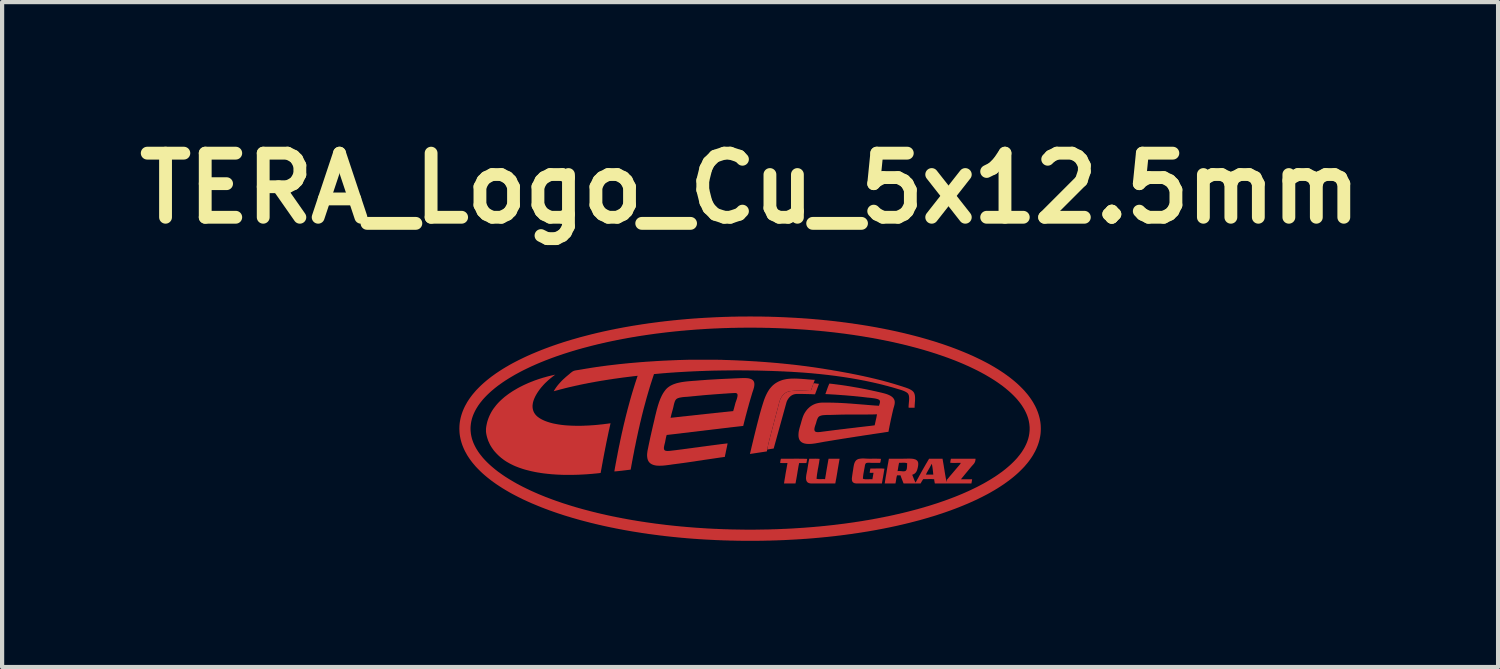
<source format=kicad_pcb>
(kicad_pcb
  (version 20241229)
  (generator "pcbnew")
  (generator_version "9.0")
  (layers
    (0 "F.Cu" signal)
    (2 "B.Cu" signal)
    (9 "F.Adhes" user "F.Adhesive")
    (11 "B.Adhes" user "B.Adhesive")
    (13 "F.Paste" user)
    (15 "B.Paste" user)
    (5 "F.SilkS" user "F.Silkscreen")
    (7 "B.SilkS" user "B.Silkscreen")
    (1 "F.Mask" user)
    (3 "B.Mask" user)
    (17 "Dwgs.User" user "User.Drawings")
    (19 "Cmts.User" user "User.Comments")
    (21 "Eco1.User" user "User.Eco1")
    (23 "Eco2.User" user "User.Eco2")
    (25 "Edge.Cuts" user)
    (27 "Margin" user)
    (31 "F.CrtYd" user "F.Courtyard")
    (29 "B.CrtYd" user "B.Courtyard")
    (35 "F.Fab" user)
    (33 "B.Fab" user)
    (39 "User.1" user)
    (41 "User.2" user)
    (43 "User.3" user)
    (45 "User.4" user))
  (footprint "TERA_Logo_Cu_5x12.5mm"
    (layer "F.Cu")
    (at 14.783 7.141)
    (property "Reference" "TERA_Logo_Cu_5x12.5mm" (at 0 -5.715 0) (layer "F.SilkS") (effects (font (size 1.524 1.524) (thickness 0.305))))
    (attr smd)
    (fp_poly (pts (xy 1.358 0.718) (xy 1.351 0.751) (xy 1.346 0.786) (xy 1.338 0.818) (xy 1.165 0.818) (xy 1.159 0.852) (xy 1.152 0.887) (xy 1.146 0.921) (xy 1.14 0.956) (xy 1.134 0.991) (xy 1.128 1.026) (xy 1.123 1.061) (xy 1.117 1.096) (xy 1.111 1.131) (xy 1.105 1.165) (xy 1.099 1.2) (xy 1.092 1.234) (xy 1.086 1.269) (xy 1.079 1.303) (xy 0.806 1.303) (xy 0.812 1.267) (xy 0.817 1.232) (xy 0.823 1.198) (xy 0.829 1.163) (xy 0.835 1.128) (xy 0.84 1.093) (xy 0.846 1.059) (xy 0.852 1.024) (xy 0.858 0.99) (xy 0.865 0.955) (xy 0.871 0.921) (xy 0.877 0.886) (xy 0.883 0.852) (xy 0.889 0.818) (xy 0.86 0.817) (xy 0.83 0.818) (xy 0.799 0.818) (xy 0.769 0.818) (xy 0.741 0.817) (xy 0.714 0.814) (xy 0.719 0.78) (xy 0.724 0.745) (xy 0.733 0.715) (xy 0.768 0.715) (xy 0.803 0.715) (xy 0.838 0.715) (xy 0.872 0.715) (xy 0.907 0.715) (xy 0.942 0.715) (xy 0.978 0.715) (xy 1.013 0.715) (xy 1.048 0.714) (xy 1.083 0.714) (xy 1.117 0.714) (xy 1.152 0.714) (xy 1.187 0.715) (xy 1.221 0.715) (xy 1.256 0.715) (xy 1.29 0.716) (xy 1.324 0.717) (xy 1.358 0.718) (xy 1.358 0.718)) (stroke (width 0) (type solid)) (fill yes) (layer "F.Cu"))
    (fp_poly (pts (xy 0.432 0.373) (xy 0.458 0.266) (xy 0.676 -0.558) (xy 0.678 -0.57) (xy 0.686 -0.599) (xy 0.697 -0.639) (xy 0.701 -0.652) (xy 0.706 -0.668) (xy 0.714 -0.689) (xy 0.724 -0.711) (xy 0.737 -0.736) (xy 0.753 -0.762) (xy 0.772 -0.787) (xy 0.794 -0.812) (xy 0.82 -0.835) (xy 0.85 -0.856) (xy 0.885 -0.873) (xy 0.923 -0.886) (xy 0.967 -0.894) (xy 1.011 -0.898) (xy 1.056 -0.901) (xy 1.103 -0.903) (xy 1.149 -0.904) (xy 1.194 -0.904) (xy 1.238 -0.903) (xy 1.28 -0.902) (xy 1.318 -0.901) (xy 1.353 -0.899) (xy 1.383 -0.898) (xy 1.407 -0.896) (xy 1.426 -0.895) (xy 1.438 -0.894) (xy 1.442 -0.894) (xy 1.51 -1.081) (xy 1.637 -1.065) (xy 1.544 -0.816) (xy 1.539 -0.816) (xy 1.528 -0.817) (xy 1.509 -0.817) (xy 1.484 -0.818) (xy 1.454 -0.82) (xy 1.419 -0.821) (xy 1.381 -0.822) (xy 1.339 -0.823) (xy 1.295 -0.824) (xy 1.25 -0.825) (xy 1.204 -0.826) (xy 1.158 -0.826) (xy 1.113 -0.826) (xy 1.067 -0.821) (xy 1.027 -0.81) (xy 0.992 -0.793) (xy 0.962 -0.772) (xy 0.937 -0.748) (xy 0.916 -0.723) (xy 0.899 -0.698) (xy 0.885 -0.674) (xy 0.875 -0.654) (xy 0.869 -0.637) (xy 0.865 -0.626) (xy 0.864 -0.622) (xy 0.561 0.472) (xy 0.408 0.496) (xy 0.432 0.373) (xy 0.432 0.373)) (stroke (width 0) (type solid)) (fill yes) (layer "F.Cu"))
    (fp_poly (pts (xy 1.866 0.715) (xy 2.128 0.715) (xy 2.122 0.749) (xy 2.116 0.784) (xy 2.11 0.818) (xy 2.104 0.853) (xy 2.098 0.888) (xy 2.092 0.923) (xy 2.086 0.957) (xy 2.08 0.992) (xy 2.075 1.027) (xy 2.069 1.062) (xy 2.063 1.097) (xy 2.057 1.131) (xy 2.051 1.166) (xy 2.045 1.2) (xy 2.038 1.234) (xy 2.032 1.269) (xy 2.025 1.303) (xy 1.447 1.303) (xy 1.416 1.299) (xy 1.39 1.291) (xy 1.369 1.279) (xy 1.354 1.263) (xy 1.342 1.245) (xy 1.335 1.224) (xy 1.331 1.2) (xy 1.329 1.175) (xy 1.331 1.147) (xy 1.334 1.119) (xy 1.338 1.09) (xy 1.344 1.06) (xy 1.35 1.03) (xy 1.356 1) (xy 1.361 0.971) (xy 1.367 0.934) (xy 1.373 0.899) (xy 1.378 0.864) (xy 1.384 0.831) (xy 1.389 0.799) (xy 1.395 0.769) (xy 1.401 0.741) (xy 1.407 0.715) (xy 1.443 0.715) (xy 1.478 0.715) (xy 1.514 0.715) (xy 1.55 0.714) (xy 1.586 0.715) (xy 1.62 0.716) (xy 1.653 0.718) (xy 1.648 0.752) (xy 1.643 0.787) (xy 1.638 0.821) (xy 1.632 0.855) (xy 1.626 0.889) (xy 1.62 0.923) (xy 1.613 0.956) (xy 1.607 0.99) (xy 1.602 1.024) (xy 1.596 1.058) (xy 1.591 1.092) (xy 1.587 1.125) (xy 1.583 1.159) (xy 1.58 1.193) (xy 1.61 1.198) (xy 1.642 1.2) (xy 1.677 1.2) (xy 1.713 1.199) (xy 1.749 1.199) (xy 1.783 1.2) (xy 1.788 1.165) (xy 1.794 1.13) (xy 1.8 1.095) (xy 1.806 1.06) (xy 1.811 1.026) (xy 1.817 0.991) (xy 1.823 0.956) (xy 1.829 0.922) (xy 1.835 0.887) (xy 1.841 0.852) (xy 1.847 0.818) (xy 1.853 0.784) (xy 1.859 0.749) (xy 1.866 0.715) (xy 1.866 0.715)) (stroke (width 0) (type solid)) (fill yes) (layer "F.Cu"))
    (fp_poly (pts (xy 3.194 0.951) (xy 3.189 0.983) (xy 3.183 1.015) (xy 3.178 1.047) (xy 3.173 1.079) (xy 3.167 1.111) (xy 3.162 1.143) (xy 3.156 1.175) (xy 3.15 1.207) (xy 3.145 1.239) (xy 3.139 1.271) (xy 3.134 1.303) (xy 2.52 1.303) (xy 2.484 1.297) (xy 2.458 1.285) (xy 2.439 1.269) (xy 2.427 1.247) (xy 2.421 1.221) (xy 2.419 1.192) (xy 2.422 1.159) (xy 2.427 1.123) (xy 2.431 1.095) (xy 2.435 1.067) (xy 2.439 1.04) (xy 2.443 1.014) (xy 2.449 0.979) (xy 2.454 0.944) (xy 2.459 0.911) (xy 2.465 0.878) (xy 2.472 0.847) (xy 2.481 0.818) (xy 2.493 0.791) (xy 2.508 0.768) (xy 2.526 0.748) (xy 2.549 0.733) (xy 2.576 0.721) (xy 2.607 0.715) (xy 2.639 0.711) (xy 2.672 0.709) (xy 2.706 0.709) (xy 2.74 0.711) (xy 2.775 0.713) (xy 2.809 0.714) (xy 2.842 0.715) (xy 2.875 0.715) (xy 2.907 0.714) (xy 2.94 0.714) (xy 2.973 0.714) (xy 3.007 0.714) (xy 3.041 0.715) (xy 3.075 0.716) (xy 3.111 0.718) (xy 3.106 0.752) (xy 3.101 0.786) (xy 3.091 0.814) (xy 2.921 0.814) (xy 2.887 0.813) (xy 2.85 0.811) (xy 2.814 0.81) (xy 2.781 0.812) (xy 2.755 0.821) (xy 2.74 0.84) (xy 2.731 0.869) (xy 2.726 0.901) (xy 2.72 0.934) (xy 2.714 0.967) (xy 2.708 1) (xy 2.702 1.032) (xy 2.696 1.065) (xy 2.691 1.096) (xy 2.687 1.128) (xy 2.684 1.159) (xy 2.682 1.19) (xy 2.707 1.199) (xy 2.737 1.203) (xy 2.77 1.204) (xy 2.805 1.204) (xy 2.841 1.202) (xy 2.875 1.202) (xy 2.908 1.203) (xy 2.913 1.172) (xy 2.919 1.142) (xy 2.924 1.111) (xy 2.929 1.081) (xy 2.935 1.05) (xy 2.903 1.05) (xy 2.87 1.051) (xy 2.842 1.047) (xy 2.848 1.013) (xy 2.853 0.979) (xy 2.862 0.947) (xy 2.895 0.948) (xy 2.928 0.948) (xy 2.962 0.948) (xy 2.996 0.947) (xy 3.03 0.947) (xy 3.063 0.947) (xy 3.097 0.947) (xy 3.13 0.947) (xy 3.162 0.949) (xy 3.194 0.951) (xy 3.194 0.951)) (stroke (width 0) (type solid)) (fill yes) (layer "F.Cu"))
    (fp_poly (pts (xy 0.398 0.541) (xy -0.004 0.602) (xy -0.003 0.6) (xy -0.002 0.593) (xy 0.001 0.583) (xy 0.004 0.569) (xy 0.008 0.552) (xy 0.013 0.531) (xy 0.019 0.507) (xy 0.025 0.481) (xy 0.032 0.451) (xy 0.039 0.419) (xy 0.048 0.385) (xy 0.056 0.349) (xy 0.066 0.311) (xy 0.075 0.271) (xy 0.085 0.23) (xy 0.095 0.187) (xy 0.106 0.144) (xy 0.117 0.099) (xy 0.128 0.055) (xy 0.139 0.009) (xy 0.151 -0.036) (xy 0.162 -0.082) (xy 0.174 -0.127) (xy 0.185 -0.172) (xy 0.197 -0.216) (xy 0.208 -0.259) (xy 0.219 -0.302) (xy 0.23 -0.343) (xy 0.241 -0.382) (xy 0.252 -0.42) (xy 0.262 -0.456) (xy 0.272 -0.49) (xy 0.283 -0.527) (xy 0.294 -0.562) (xy 0.305 -0.598) (xy 0.316 -0.632) (xy 0.327 -0.666) (xy 0.339 -0.7) (xy 0.352 -0.733) (xy 0.365 -0.765) (xy 0.379 -0.796) (xy 0.394 -0.827) (xy 0.409 -0.856) (xy 0.426 -0.885) (xy 0.443 -0.913) (xy 0.461 -0.94) (xy 0.481 -0.965) (xy 0.502 -0.989) (xy 0.523 -1.012) (xy 0.546 -1.034) (xy 0.57 -1.054) (xy 0.595 -1.073) (xy 0.621 -1.09) (xy 0.649 -1.106) (xy 0.677 -1.121) (xy 0.707 -1.134) (xy 0.738 -1.146) (xy 0.77 -1.157) (xy 0.804 -1.166) (xy 0.839 -1.173) (xy 0.876 -1.18) (xy 0.913 -1.184) (xy 0.953 -1.188) (xy 0.989 -1.19) (xy 1.024 -1.19) (xy 1.06 -1.191) (xy 1.095 -1.19) (xy 1.129 -1.189) (xy 1.164 -1.187) (xy 1.198 -1.185) (xy 1.232 -1.183) (xy 1.266 -1.18) (xy 1.3 -1.178) (xy 1.333 -1.175) (xy 1.367 -1.172) (xy 1.401 -1.169) (xy 1.435 -1.167) (xy 1.469 -1.164) (xy 1.503 -1.162) (xy 1.537 -1.161) (xy 1.529 -1.134) (xy 1.519 -1.108) (xy 1.51 -1.081) (xy 1.442 -0.894) (xy 1.438 -0.894) (xy 1.426 -0.895) (xy 1.407 -0.896) (xy 1.383 -0.898) (xy 1.353 -0.899) (xy 1.318 -0.901) (xy 1.28 -0.902) (xy 1.238 -0.903) (xy 1.194 -0.904) (xy 1.149 -0.904) (xy 1.103 -0.903) (xy 1.056 -0.901) (xy 1.011 -0.898) (xy 0.967 -0.894) (xy 0.923 -0.886) (xy 0.885 -0.873) (xy 0.85 -0.856) (xy 0.82 -0.835) (xy 0.794 -0.812) (xy 0.772 -0.787) (xy 0.753 -0.762) (xy 0.737 -0.736) (xy 0.724 -0.711) (xy 0.714 -0.689) (xy 0.706 -0.668) (xy 0.701 -0.652) (xy 0.697 -0.639) (xy 0.686 -0.599) (xy 0.678 -0.57) (xy 0.676 -0.558) (xy 0.458 0.266) (xy 0.432 0.373) (xy 0.408 0.496) (xy 0.402 0.524) (xy 0.398 0.541)) (stroke (width 0) (type solid)) (fill yes) (layer "F.Cu"))
    (fp_poly (pts (xy 5.359 0.715) (xy 5.359 0.735) (xy 5.353 0.771) (xy 5.342 0.801) (xy 5.326 0.828) (xy 5.306 0.852) (xy 5.284 0.876) (xy 5.262 0.901) (xy 5.241 0.926) (xy 5.22 0.951) (xy 5.199 0.976) (xy 5.178 1.002) (xy 5.157 1.027) (xy 5.136 1.052) (xy 5.115 1.078) (xy 5.094 1.103) (xy 5.074 1.128) (xy 5.053 1.153) (xy 5.033 1.178) (xy 5.013 1.203) (xy 5.279 1.203) (xy 5.274 1.236) (xy 5.268 1.269) (xy 5.262 1.303) (xy 4.392 1.303) (xy 4.352 1.06) (xy 4.349 1.027) (xy 4.345 0.993) (xy 4.341 0.96) (xy 4.337 0.928) (xy 4.332 0.896) (xy 4.326 0.864) (xy 4.319 0.834) (xy 4.304 0.864) (xy 4.288 0.892) (xy 4.273 0.921) (xy 4.257 0.949) (xy 4.241 0.977) (xy 4.225 1.005) (xy 4.209 1.034) (xy 4.194 1.063) (xy 4.18 1.093) (xy 4.356 1.093) (xy 4.352 1.06) (xy 4.392 1.303) (xy 4.386 1.271) (xy 4.38 1.238) (xy 4.376 1.203) (xy 4.345 1.201) (xy 4.314 1.199) (xy 4.281 1.199) (xy 4.248 1.199) (xy 4.215 1.2) (xy 4.182 1.2) (xy 4.149 1.2) (xy 4.117 1.2) (xy 4.1 1.224) (xy 4.084 1.25) (xy 4.069 1.276) (xy 4.054 1.303) (xy 3.649 1.303) (xy 3.702 1) (xy 3.717 0.981) (xy 3.726 0.952) (xy 3.73 0.919) (xy 3.732 0.884) (xy 3.733 0.852) (xy 3.735 0.824) (xy 3.71 0.815) (xy 3.68 0.811) (xy 3.646 0.81) (xy 3.611 0.811) (xy 3.576 0.812) (xy 3.542 0.811) (xy 3.535 0.843) (xy 3.529 0.876) (xy 3.523 0.91) (xy 3.518 0.944) (xy 3.512 0.978) (xy 3.506 1.01) (xy 3.536 1.007) (xy 3.568 1.008) (xy 3.599 1.011) (xy 3.629 1.014) (xy 3.656 1.014) (xy 3.681 1.011) (xy 3.702 1) (xy 3.702 1) (xy 3.649 1.303) (xy 3.636 1.271) (xy 3.624 1.239) (xy 3.611 1.207) (xy 3.599 1.175) (xy 3.587 1.143) (xy 3.576 1.11) (xy 3.493 1.11) (xy 3.485 1.14) (xy 3.478 1.172) (xy 3.473 1.205) (xy 3.468 1.238) (xy 3.462 1.271) (xy 3.456 1.303) (xy 3.2 1.303) (xy 3.206 1.268) (xy 3.211 1.233) (xy 3.217 1.198) (xy 3.222 1.163) (xy 3.228 1.128) (xy 3.234 1.093) (xy 3.24 1.059) (xy 3.246 1.024) (xy 3.251 0.99) (xy 3.257 0.955) (xy 3.263 0.921) (xy 3.269 0.886) (xy 3.275 0.852) (xy 3.282 0.818) (xy 3.288 0.783) (xy 3.294 0.749) (xy 3.3 0.715) (xy 3.622 0.715) (xy 3.655 0.714) (xy 3.689 0.714) (xy 3.723 0.713) (xy 3.757 0.712) (xy 3.791 0.712) (xy 3.823 0.713) (xy 3.854 0.715) (xy 3.884 0.719) (xy 3.91 0.726) (xy 3.934 0.734) (xy 3.955 0.746) (xy 3.972 0.761) (xy 3.985 0.779) (xy 3.994 0.801) (xy 3.997 0.825) (xy 3.997 0.854) (xy 3.994 0.886) (xy 3.988 0.919) (xy 3.98 0.952) (xy 3.971 0.982) (xy 3.961 1.007) (xy 3.946 1.033) (xy 3.928 1.055) (xy 3.907 1.072) (xy 3.883 1.085) (xy 3.854 1.097) (xy 3.867 1.128) (xy 3.88 1.16) (xy 3.892 1.192) (xy 3.905 1.223) (xy 3.919 1.254) (xy 3.934 1.283) (xy 3.951 1.252) (xy 3.967 1.222) (xy 3.984 1.192) (xy 4.001 1.162) (xy 4.017 1.132) (xy 4.034 1.101) (xy 4.051 1.071) (xy 4.067 1.041) (xy 4.084 1.011) (xy 4.101 0.981) (xy 4.118 0.951) (xy 4.135 0.921) (xy 4.152 0.892) (xy 4.169 0.862) (xy 4.186 0.832) (xy 4.204 0.803) (xy 4.221 0.773) (xy 4.238 0.744) (xy 4.256 0.715) (xy 4.575 0.715) (xy 4.581 0.749) (xy 4.587 0.784) (xy 4.593 0.819) (xy 4.599 0.854) (xy 4.605 0.889) (xy 4.61 0.924) (xy 4.616 0.959) (xy 4.622 0.993) (xy 4.627 1.028) (xy 4.633 1.063) (xy 4.639 1.098) (xy 4.645 1.133) (xy 4.651 1.167) (xy 4.658 1.201) (xy 4.664 1.236) (xy 4.671 1.269) (xy 4.675 1.243) (xy 4.678 1.216) (xy 4.699 1.192) (xy 4.72 1.167) (xy 4.741 1.141) (xy 4.762 1.116) (xy 4.784 1.091) (xy 4.806 1.065) (xy 4.827 1.04) (xy 4.849 1.014) (xy 4.871 0.989) (xy 4.892 0.963) (xy 4.914 0.938) (xy 4.935 0.913) (xy 4.956 0.889) (xy 4.977 0.864) (xy 4.998 0.838) (xy 5.007 0.814) (xy 4.975 0.814) (xy 4.944 0.814) (xy 4.912 0.814) (xy 4.88 0.815) (xy 4.848 0.815) (xy 4.817 0.815) (xy 4.787 0.813) (xy 4.758 0.811) (xy 4.762 0.778) (xy 4.767 0.745) (xy 4.774 0.715) (xy 5.358 0.715) (xy 5.359 0.715)) (stroke (width 0) (type solid)) (fill yes) (layer "F.Cu"))
    (fp_poly (pts (xy -3.317 -0.128) (xy -3.325 -0.096) (xy -3.332 -0.063) (xy -3.34 -0.03) (xy -3.347 0.004) (xy -3.355 0.037) (xy -3.362 0.07) (xy -3.369 0.103) (xy -3.376 0.137) (xy -3.383 0.17) (xy -3.39 0.204) (xy -3.397 0.237) (xy -3.404 0.271) (xy -3.411 0.304) (xy -3.418 0.338) (xy -3.425 0.372) (xy -3.431 0.405) (xy -3.438 0.439) (xy -3.445 0.473) (xy -3.451 0.507) (xy -3.458 0.541) (xy -3.465 0.575) (xy -3.471 0.609) (xy -3.478 0.643) (xy -3.484 0.677) (xy -3.49 0.711) (xy -3.497 0.745) (xy -3.503 0.779) (xy -3.509 0.814) (xy -3.516 0.848) (xy -3.522 0.882) (xy -3.528 0.916) (xy -3.534 0.951) (xy -3.541 0.985) (xy -3.547 1.019) (xy -3.553 1.053) (xy -3.59 1.058) (xy -3.627 1.062) (xy -3.664 1.066) (xy -3.701 1.069) (xy -3.738 1.073) (xy -3.775 1.076) (xy -3.812 1.079) (xy -3.85 1.082) (xy -3.887 1.085) (xy -3.924 1.087) (xy -3.962 1.089) (xy -3.999 1.091) (xy -4.037 1.093) (xy -4.074 1.095) (xy -4.111 1.096) (xy -4.149 1.097) (xy -4.186 1.098) (xy -4.223 1.099) (xy -4.261 1.099) (xy -4.298 1.099) (xy -4.335 1.099) (xy -4.372 1.099) (xy -4.409 1.098) (xy -4.446 1.098) (xy -4.482 1.097) (xy -4.519 1.095) (xy -4.555 1.094) (xy -4.592 1.092) (xy -4.628 1.09) (xy -4.664 1.087) (xy -4.7 1.085) (xy -4.736 1.082) (xy -4.771 1.078) (xy -4.806 1.075) (xy -4.841 1.071) (xy -4.876 1.067) (xy -4.911 1.063) (xy -4.946 1.058) (xy -4.98 1.053) (xy -5.014 1.047) (xy -5.048 1.042) (xy -5.081 1.036) (xy -5.114 1.03) (xy -5.147 1.023) (xy -5.18 1.016) (xy -5.212 1.009) (xy -5.244 1.001) (xy -5.276 0.993) (xy -5.307 0.985) (xy -5.338 0.977) (xy -5.369 0.968) (xy -5.399 0.959) (xy -5.429 0.949) (xy -5.459 0.939) (xy -5.488 0.929) (xy -5.517 0.918) (xy -5.545 0.907) (xy -5.573 0.896) (xy -5.601 0.884) (xy -5.628 0.872) (xy -5.654 0.859) (xy -5.681 0.846) (xy -5.706 0.833) (xy -5.732 0.819) (xy -5.756 0.805) (xy -5.781 0.791) (xy -5.805 0.776) (xy -5.828 0.761) (xy -5.851 0.745) (xy -5.873 0.729) (xy -5.895 0.712) (xy -5.916 0.696) (xy -5.937 0.678) (xy -5.961 0.657) (xy -5.984 0.636) (xy -6.007 0.613) (xy -6.03 0.59) (xy -6.052 0.566) (xy -6.073 0.542) (xy -6.094 0.517) (xy -6.113 0.491) (xy -6.132 0.464) (xy -6.151 0.436) (xy -6.168 0.408) (xy -6.184 0.379) (xy -6.199 0.348) (xy -6.213 0.317) (xy -6.227 0.286) (xy -6.238 0.253) (xy -6.249 0.219) (xy -6.259 0.184) (xy -6.267 0.149) (xy -6.274 0.112) (xy -6.279 0.074) (xy -6.279 0.004) (xy -6.275 -0.033) (xy -6.269 -0.07) (xy -6.262 -0.105) (xy -6.254 -0.141) (xy -6.245 -0.175) (xy -6.234 -0.209) (xy -6.223 -0.241) (xy -6.21 -0.274) (xy -6.197 -0.305) (xy -6.182 -0.336) (xy -6.167 -0.366) (xy -6.151 -0.395) (xy -6.134 -0.424) (xy -6.116 -0.452) (xy -6.097 -0.48) (xy -6.077 -0.506) (xy -6.057 -0.532) (xy -6.037 -0.558) (xy -6.015 -0.583) (xy -5.994 -0.607) (xy -5.971 -0.631) (xy -5.948 -0.654) (xy -5.925 -0.676) (xy -5.901 -0.698) (xy -5.877 -0.719) (xy -5.853 -0.74) (xy -5.829 -0.76) (xy -5.804 -0.779) (xy -5.779 -0.798) (xy -5.754 -0.817) (xy -5.729 -0.835) (xy -5.703 -0.852) (xy -5.678 -0.869) (xy -5.651 -0.887) (xy -5.623 -0.904) (xy -5.595 -0.921) (xy -5.567 -0.937) (xy -5.539 -0.954) (xy -5.51 -0.97) (xy -5.48 -0.986) (xy -5.451 -1.001) (xy -5.421 -1.016) (xy -5.391 -1.031) (xy -5.361 -1.045) (xy -5.33 -1.059) (xy -5.299 -1.073) (xy -5.268 -1.087) (xy -5.236 -1.1) (xy -5.204 -1.113) (xy -5.172 -1.125) (xy -5.14 -1.138) (xy -5.108 -1.15) (xy -5.075 -1.161) (xy -5.042 -1.173) (xy -5.009 -1.184) (xy -4.976 -1.194) (xy -4.942 -1.205) (xy -4.908 -1.215) (xy -4.874 -1.224) (xy -4.84 -1.234) (xy -4.806 -1.243) (xy -4.771 -1.252) (xy -4.737 -1.26) (xy -4.702 -1.268) (xy -4.667 -1.276) (xy -4.632 -1.284) (xy -4.659 -1.264) (xy -4.687 -1.243) (xy -4.713 -1.222) (xy -4.74 -1.201) (xy -4.766 -1.179) (xy -4.792 -1.157) (xy -4.817 -1.134) (xy -4.842 -1.111) (xy -4.867 -1.087) (xy -4.891 -1.063) (xy -4.914 -1.038) (xy -4.937 -1.012) (xy -4.96 -0.986) (xy -4.982 -0.959) (xy -5.003 -0.932) (xy -5.023 -0.904) (xy -5.043 -0.875) (xy -5.062 -0.846) (xy -5.08 -0.816) (xy -5.094 -0.791) (xy -5.108 -0.765) (xy -5.121 -0.737) (xy -5.134 -0.708) (xy -5.145 -0.678) (xy -5.155 -0.647) (xy -5.163 -0.615) (xy -5.168 -0.583) (xy -5.172 -0.551) (xy -5.172 -0.518) (xy -5.169 -0.486) (xy -5.163 -0.454) (xy -5.153 -0.421) (xy -5.14 -0.39) (xy -5.123 -0.362) (xy -5.104 -0.335) (xy -5.082 -0.311) (xy -5.058 -0.288) (xy -5.031 -0.268) (xy -5.004 -0.249) (xy -4.974 -0.231) (xy -4.944 -0.215) (xy -4.919 -0.203) (xy -4.893 -0.191) (xy -4.866 -0.18) (xy -4.839 -0.17) (xy -4.81 -0.16) (xy -4.781 -0.151) (xy -4.752 -0.142) (xy -4.722 -0.134) (xy -4.691 -0.126) (xy -4.659 -0.119) (xy -4.627 -0.113) (xy -4.595 -0.107) (xy -4.562 -0.101) (xy -4.528 -0.096) (xy -4.495 -0.091) (xy -4.46 -0.087) (xy -4.426 -0.083) (xy -4.391 -0.08) (xy -4.355 -0.077) (xy -4.32 -0.075) (xy -4.284 -0.073) (xy -4.248 -0.071) (xy -4.211 -0.07) (xy -4.175 -0.069) (xy -4.138 -0.068) (xy -4.101 -0.068) (xy -4.065 -0.068) (xy -4.028 -0.068) (xy -3.991 -0.069) (xy -3.954 -0.07) (xy -3.917 -0.072) (xy -3.88 -0.073) (xy -3.843 -0.075) (xy -3.806 -0.077) (xy -3.769 -0.08) (xy -3.733 -0.082) (xy -3.696 -0.085) (xy -3.66 -0.088) (xy -3.625 -0.091) (xy -3.589 -0.095) (xy -3.554 -0.099) (xy -3.519 -0.102) (xy -3.484 -0.106) (xy -3.45 -0.111) (xy -3.416 -0.115) (xy -3.383 -0.119) (xy -3.35 -0.124) (xy -3.317 -0.128)) (stroke (width 0) (type solid)) (fill yes) (layer "F.Cu"))
    (fp_poly (pts (xy 3.439 -0.64) (xy 2.961 -0.079) (xy 2.969 -0.111) (xy 2.976 -0.144) (xy 2.983 -0.176) (xy 2.99 -0.209) (xy 2.998 -0.242) (xy 3.005 -0.275) (xy 3.011 -0.308) (xy 3.018 -0.341) (xy 2.985 -0.34) (xy 2.952 -0.339) (xy 2.918 -0.338) (xy 2.884 -0.338) (xy 2.85 -0.337) (xy 2.816 -0.337) (xy 2.781 -0.336) (xy 2.747 -0.336) (xy 2.712 -0.336) (xy 2.677 -0.336) (xy 2.641 -0.336) (xy 2.606 -0.336) (xy 2.57 -0.336) (xy 2.535 -0.336) (xy 2.499 -0.336) (xy 2.463 -0.336) (xy 2.427 -0.336) (xy 2.392 -0.335) (xy 2.356 -0.335) (xy 2.32 -0.335) (xy 2.284 -0.335) (xy 2.249 -0.335) (xy 2.213 -0.334) (xy 2.178 -0.334) (xy 2.142 -0.333) (xy 2.107 -0.332) (xy 2.072 -0.331) (xy 2.038 -0.33) (xy 2.003 -0.329) (xy 1.969 -0.328) (xy 1.933 -0.327) (xy 1.896 -0.326) (xy 1.86 -0.326) (xy 1.825 -0.326) (xy 1.79 -0.324) (xy 1.757 -0.322) (xy 1.725 -0.319) (xy 1.696 -0.313) (xy 1.67 -0.305) (xy 1.647 -0.294) (xy 1.627 -0.278) (xy 1.611 -0.255) (xy 1.598 -0.227) (xy 1.586 -0.195) (xy 1.576 -0.162) (xy 1.567 -0.128) (xy 1.559 -0.105) (xy 1.549 -0.077) (xy 1.54 -0.048) (xy 1.532 -0.017) (xy 1.528 0.012) (xy 1.53 0.038) (xy 1.54 0.061) (xy 1.558 0.074) (xy 1.583 0.081) (xy 1.614 0.083) (xy 1.647 0.081) (xy 1.678 0.078) (xy 1.706 0.074) (xy 1.742 0.069) (xy 1.777 0.065) (xy 1.812 0.06) (xy 1.847 0.056) (xy 1.882 0.051) (xy 1.917 0.047) (xy 1.952 0.042) (xy 1.987 0.038) (xy 2.022 0.033) (xy 2.057 0.029) (xy 2.092 0.025) (xy 2.127 0.02) (xy 2.162 0.016) (xy 2.197 0.012) (xy 2.232 0.008) (xy 2.267 0.004) (xy 2.302 -0.001) (xy 2.336 -0.005) (xy 2.371 -0.009) (xy 2.406 -0.013) (xy 2.441 -0.017) (xy 2.476 -0.021) (xy 2.51 -0.025) (xy 2.545 -0.03) (xy 2.58 -0.034) (xy 2.614 -0.038) (xy 2.649 -0.042) (xy 2.684 -0.046) (xy 2.719 -0.05) (xy 2.753 -0.054) (xy 2.788 -0.058) (xy 2.823 -0.062) (xy 2.857 -0.066) (xy 2.892 -0.07) (xy 2.927 -0.075) (xy 2.961 -0.079) (xy 2.961 -0.079) (xy 3.439 -0.64) (xy 3.439 -0.61) (xy 3.435 -0.58) (xy 3.428 -0.549) (xy 3.42 -0.519) (xy 3.411 -0.49) (xy 3.403 -0.46) (xy 3.395 -0.428) (xy 3.388 -0.395) (xy 3.38 -0.362) (xy 3.373 -0.329) (xy 3.365 -0.295) (xy 3.358 -0.262) (xy 3.35 -0.228) (xy 3.343 -0.194) (xy 3.336 -0.16) (xy 3.329 -0.126) (xy 3.322 -0.092) (xy 3.315 -0.059) (xy 3.309 -0.025) (xy 3.302 0.008) (xy 3.296 0.041) (xy 3.29 0.074) (xy 3.256 0.079) (xy 3.221 0.084) (xy 3.187 0.089) (xy 3.153 0.095) (xy 3.119 0.1) (xy 3.085 0.105) (xy 3.051 0.11) (xy 3.017 0.115) (xy 2.983 0.12) (xy 2.949 0.125) (xy 2.915 0.13) (xy 2.881 0.136) (xy 2.847 0.141) (xy 2.813 0.146) (xy 2.779 0.151) (xy 2.745 0.156) (xy 2.711 0.161) (xy 2.677 0.166) (xy 2.643 0.172) (xy 2.609 0.177) (xy 2.575 0.182) (xy 2.542 0.187) (xy 2.508 0.192) (xy 2.474 0.198) (xy 2.44 0.203) (xy 2.406 0.208) (xy 2.372 0.214) (xy 2.338 0.219) (xy 2.304 0.224) (xy 2.27 0.23) (xy 2.236 0.235) (xy 2.202 0.24) (xy 2.168 0.246) (xy 2.134 0.251) (xy 2.1 0.257) (xy 2.066 0.262) (xy 2.031 0.268) (xy 1.997 0.273) (xy 1.963 0.279) (xy 1.928 0.285) (xy 1.894 0.29) (xy 1.86 0.296) (xy 1.825 0.302) (xy 1.791 0.307) (xy 1.756 0.313) (xy 1.73 0.318) (xy 1.703 0.323) (xy 1.674 0.328) (xy 1.645 0.334) (xy 1.615 0.339) (xy 1.585 0.344) (xy 1.554 0.35) (xy 1.523 0.354) (xy 1.492 0.358) (xy 1.461 0.361) (xy 1.431 0.363) (xy 1.401 0.364) (xy 1.372 0.363) (xy 1.344 0.361) (xy 1.317 0.357) (xy 1.291 0.352) (xy 1.267 0.344) (xy 1.245 0.334) (xy 1.224 0.322) (xy 1.206 0.307) (xy 1.19 0.29) (xy 1.176 0.27) (xy 1.165 0.246) (xy 1.157 0.22) (xy 1.152 0.19) (xy 1.15 0.156) (xy 1.151 0.122) (xy 1.154 0.087) (xy 1.159 0.054) (xy 1.167 0.02) (xy 1.175 -0.013) (xy 1.184 -0.045) (xy 1.193 -0.076) (xy 1.202 -0.105) (xy 1.212 -0.14) (xy 1.221 -0.174) (xy 1.231 -0.207) (xy 1.241 -0.24) (xy 1.251 -0.271) (xy 1.263 -0.302) (xy 1.276 -0.332) (xy 1.291 -0.361) (xy 1.308 -0.389) (xy 1.326 -0.416) (xy 1.345 -0.441) (xy 1.366 -0.466) (xy 1.388 -0.488) (xy 1.411 -0.509) (xy 1.436 -0.529) (xy 1.463 -0.547) (xy 1.49 -0.563) (xy 1.519 -0.577) (xy 1.55 -0.59) (xy 1.582 -0.6) (xy 1.615 -0.608) (xy 1.649 -0.614) (xy 1.685 -0.618) (xy 1.723 -0.62) (xy 1.76 -0.62) (xy 1.797 -0.62) (xy 1.834 -0.62) (xy 1.87 -0.62) (xy 1.907 -0.619) (xy 1.943 -0.618) (xy 1.979 -0.618) (xy 2.014 -0.616) (xy 2.05 -0.615) (xy 2.085 -0.614) (xy 2.121 -0.612) (xy 2.156 -0.611) (xy 2.19 -0.609) (xy 2.225 -0.607) (xy 2.26 -0.605) (xy 2.294 -0.603) (xy 2.329 -0.6) (xy 2.363 -0.598) (xy 2.397 -0.596) (xy 2.431 -0.593) (xy 2.465 -0.59) (xy 2.498 -0.588) (xy 2.532 -0.585) (xy 2.566 -0.582) (xy 2.599 -0.58) (xy 2.633 -0.577) (xy 2.666 -0.574) (xy 2.699 -0.572) (xy 2.733 -0.569) (xy 2.766 -0.566) (xy 2.799 -0.563) (xy 2.832 -0.561) (xy 2.865 -0.558) (xy 2.899 -0.555) (xy 2.932 -0.553) (xy 2.965 -0.55) (xy 2.998 -0.548) (xy 3.031 -0.546) (xy 3.064 -0.544) (xy 3.073 -0.571) (xy 3.083 -0.603) (xy 3.089 -0.635) (xy 3.084 -0.666) (xy 3.073 -0.681) (xy 3.053 -0.694) (xy 3.026 -0.704) (xy 2.993 -0.713) (xy 2.957 -0.72) (xy 2.92 -0.725) (xy 2.883 -0.73) (xy 2.848 -0.734) (xy 2.817 -0.737) (xy 2.792 -0.739) (xy 2.758 -0.743) (xy 2.725 -0.747) (xy 2.691 -0.751) (xy 2.657 -0.755) (xy 2.622 -0.759) (xy 2.588 -0.762) (xy 2.554 -0.766) (xy 2.519 -0.769) (xy 2.484 -0.773) (xy 2.449 -0.776) (xy 2.414 -0.779) (xy 2.379 -0.782) (xy 2.344 -0.785) (xy 2.309 -0.788) (xy 2.274 -0.791) (xy 2.239 -0.794) (xy 2.204 -0.796) (xy 2.169 -0.799) (xy 2.134 -0.801) (xy 2.099 -0.804) (xy 2.064 -0.806) (xy 2.029 -0.809) (xy 1.995 -0.811) (xy 1.96 -0.813) (xy 1.926 -0.815) (xy 1.891 -0.817) (xy 1.857 -0.819) (xy 1.823 -0.821) (xy 1.789 -0.822) (xy 1.801 -0.854) (xy 1.813 -0.887) (xy 1.825 -0.92) (xy 1.837 -0.954) (xy 1.849 -0.987) (xy 1.861 -1.018) (xy 1.873 -1.047) (xy 1.886 -1.072) (xy 1.921 -1.068) (xy 1.956 -1.064) (xy 1.991 -1.06) (xy 2.026 -1.055) (xy 2.061 -1.051) (xy 2.096 -1.046) (xy 2.131 -1.042) (xy 2.166 -1.037) (xy 2.201 -1.032) (xy 2.236 -1.027) (xy 2.271 -1.022) (xy 2.306 -1.016) (xy 2.341 -1.011) (xy 2.376 -1.005) (xy 2.411 -0.999) (xy 2.446 -0.993) (xy 2.48 -0.987) (xy 2.515 -0.981) (xy 2.55 -0.975) (xy 2.584 -0.969) (xy 2.618 -0.962) (xy 2.653 -0.956) (xy 2.687 -0.949) (xy 2.721 -0.943) (xy 2.755 -0.936) (xy 2.789 -0.929) (xy 2.823 -0.922) (xy 2.856 -0.915) (xy 2.89 -0.908) (xy 2.923 -0.9) (xy 2.957 -0.893) (xy 2.99 -0.886) (xy 3.023 -0.878) (xy 3.056 -0.871) (xy 3.088 -0.863) (xy 3.121 -0.856) (xy 3.151 -0.848) (xy 3.183 -0.84) (xy 3.215 -0.831) (xy 3.248 -0.821) (xy 3.279 -0.809) (xy 3.309 -0.796) (xy 3.338 -0.781) (xy 3.364 -0.764) (xy 3.387 -0.745) (xy 3.407 -0.723) (xy 3.423 -0.698) (xy 3.434 -0.67) (xy 3.439 -0.64)) (stroke (width 0) (type solid)) (fill yes) (layer "F.Cu"))
    (fp_poly (pts (xy 0.093 -1.111) (xy -0.346 -0.62) (xy -0.338 -0.641) (xy -0.328 -0.67) (xy -0.316 -0.704) (xy -0.306 -0.74) (xy -0.299 -0.775) (xy -0.298 -0.805) (xy -0.306 -0.829) (xy -0.321 -0.841) (xy -0.343 -0.847) (xy -0.371 -0.847) (xy -0.402 -0.846) (xy -0.435 -0.844) (xy -0.469 -0.842) (xy -0.502 -0.84) (xy -0.536 -0.838) (xy -0.57 -0.835) (xy -0.604 -0.833) (xy -0.639 -0.831) (xy -0.673 -0.828) (xy -0.708 -0.826) (xy -0.743 -0.823) (xy -0.777 -0.821) (xy -0.812 -0.818) (xy -0.847 -0.816) (xy -0.882 -0.813) (xy -0.917 -0.81) (xy -0.953 -0.807) (xy -0.988 -0.805) (xy -1.023 -0.802) (xy -1.058 -0.799) (xy -1.093 -0.796) (xy -1.128 -0.793) (xy -1.163 -0.789) (xy -1.198 -0.786) (xy -1.232 -0.783) (xy -1.267 -0.78) (xy -1.301 -0.776) (xy -1.336 -0.773) (xy -1.37 -0.77) (xy -1.404 -0.766) (xy -1.438 -0.763) (xy -1.469 -0.76) (xy -1.503 -0.757) (xy -1.539 -0.755) (xy -1.576 -0.752) (xy -1.612 -0.748) (xy -1.647 -0.742) (xy -1.68 -0.736) (xy -1.709 -0.727) (xy -1.734 -0.716) (xy -1.753 -0.703) (xy -1.772 -0.681) (xy -1.787 -0.653) (xy -1.798 -0.621) (xy -1.808 -0.587) (xy -1.816 -0.553) (xy -1.823 -0.52) (xy -1.83 -0.49) (xy -1.839 -0.456) (xy -1.848 -0.424) (xy -1.857 -0.391) (xy -1.866 -0.359) (xy -1.874 -0.327) (xy -1.882 -0.293) (xy -1.89 -0.258) (xy -1.855 -0.262) (xy -1.821 -0.265) (xy -1.786 -0.269) (xy -1.751 -0.273) (xy -1.717 -0.277) (xy -1.682 -0.28) (xy -1.648 -0.284) (xy -1.613 -0.288) (xy -1.579 -0.292) (xy -1.544 -0.295) (xy -1.51 -0.299) (xy -1.475 -0.303) (xy -1.44 -0.307) (xy -1.406 -0.31) (xy -1.371 -0.314) (xy -1.337 -0.318) (xy -1.302 -0.322) (xy -1.268 -0.325) (xy -1.233 -0.329) (xy -1.199 -0.333) (xy -1.164 -0.337) (xy -1.129 -0.34) (xy -1.095 -0.344) (xy -1.06 -0.348) (xy -1.026 -0.352) (xy -0.991 -0.355) (xy -0.956 -0.359) (xy -0.922 -0.363) (xy -0.887 -0.366) (xy -0.853 -0.37) (xy -0.818 -0.374) (xy -0.783 -0.377) (xy -0.749 -0.381) (xy -0.714 -0.385) (xy -0.68 -0.388) (xy -0.645 -0.392) (xy -0.61 -0.396) (xy -0.576 -0.399) (xy -0.541 -0.403) (xy -0.506 -0.407) (xy -0.471 -0.41) (xy -0.437 -0.414) (xy -0.402 -0.417) (xy -0.392 -0.451) (xy -0.382 -0.484) (xy -0.374 -0.516) (xy -0.365 -0.548) (xy -0.356 -0.583) (xy -0.346 -0.62) (xy 0.093 -1.111) (xy 0.1 -1.083) (xy 0.102 -1.054) (xy 0.1 -1.023) (xy 0.095 -0.992) (xy 0.087 -0.961) (xy 0.078 -0.929) (xy 0.068 -0.899) (xy 0.058 -0.87) (xy 0.049 -0.842) (xy 0.04 -0.81) (xy 0.03 -0.778) (xy 0.02 -0.744) (xy 0.01 -0.711) (xy 0.000184 -0.677) (xy -0.01 -0.642) (xy -0.02 -0.607) (xy -0.03 -0.572) (xy -0.039 -0.537) (xy -0.049 -0.502) (xy -0.059 -0.467) (xy -0.068 -0.431) (xy -0.078 -0.396) (xy -0.087 -0.361) (xy -0.096 -0.327) (xy -0.106 -0.292) (xy -0.114 -0.258) (xy -0.123 -0.224) (xy -0.132 -0.191) (xy -0.14 -0.159) (xy -0.148 -0.127) (xy -0.156 -0.096) (xy -0.163 -0.065) (xy -0.198 -0.061) (xy -0.233 -0.057) (xy -0.268 -0.053) (xy -0.303 -0.049) (xy -0.338 -0.045) (xy -0.373 -0.041) (xy -0.408 -0.037) (xy -0.443 -0.033) (xy -0.479 -0.029) (xy -0.514 -0.024) (xy -0.549 -0.02) (xy -0.584 -0.016) (xy -0.618 -0.012) (xy -0.653 -0.008) (xy -0.688 -0.004) (xy -0.723 0.000453) (xy -0.758 0.005) (xy -0.793 0.009) (xy -0.828 0.013) (xy -0.863 0.017) (xy -0.898 0.021) (xy -0.933 0.026) (xy -0.968 0.03) (xy -1.003 0.034) (xy -1.038 0.038) (xy -1.073 0.042) (xy -1.108 0.047) (xy -1.143 0.051) (xy -1.178 0.055) (xy -1.213 0.059) (xy -1.248 0.063) (xy -1.283 0.068) (xy -1.318 0.072) (xy -1.352 0.076) (xy -1.387 0.08) (xy -1.422 0.084) (xy -1.457 0.089) (xy -1.492 0.093) (xy -1.527 0.097) (xy -1.562 0.101) (xy -1.597 0.105) (xy -1.632 0.109) (xy -1.667 0.114) (xy -1.702 0.118) (xy -1.737 0.122) (xy -1.772 0.126) (xy -1.807 0.13) (xy -1.842 0.134) (xy -1.877 0.138) (xy -1.912 0.142) (xy -1.947 0.146) (xy -1.983 0.15) (xy -1.991 0.177) (xy -1.998 0.205) (xy -2.004 0.233) (xy -2.01 0.263) (xy -2.016 0.294) (xy -2.022 0.326) (xy -2.029 0.353) (xy -2.037 0.384) (xy -2.044 0.417) (xy -2.049 0.45) (xy -2.048 0.48) (xy -2.039 0.506) (xy -2.021 0.521) (xy -1.994 0.528) (xy -1.961 0.531) (xy -1.925 0.529) (xy -1.89 0.526) (xy -1.86 0.522) (xy -1.825 0.518) (xy -1.791 0.514) (xy -1.756 0.51) (xy -1.721 0.505) (xy -1.686 0.501) (xy -1.652 0.496) (xy -1.616 0.492) (xy -1.581 0.487) (xy -1.546 0.482) (xy -1.511 0.478) (xy -1.476 0.473) (xy -1.44 0.468) (xy -1.405 0.464) (xy -1.37 0.459) (xy -1.334 0.454) (xy -1.299 0.449) (xy -1.263 0.445) (xy -1.228 0.44) (xy -1.193 0.435) (xy -1.157 0.43) (xy -1.122 0.425) (xy -1.087 0.421) (xy -1.051 0.416) (xy -1.016 0.411) (xy -0.981 0.407) (xy -0.946 0.402) (xy -0.911 0.397) (xy -0.876 0.393) (xy -0.842 0.388) (xy -0.807 0.384) (xy -0.772 0.379) (xy -0.738 0.375) (xy -0.704 0.37) (xy -0.67 0.366) (xy -0.636 0.362) (xy -0.602 0.358) (xy -0.568 0.354) (xy -0.535 0.35) (xy -0.541 0.382) (xy -0.548 0.415) (xy -0.554 0.447) (xy -0.561 0.479) (xy -0.568 0.511) (xy -0.575 0.543) (xy -0.581 0.575) (xy -0.588 0.607) (xy -0.595 0.639) (xy -0.601 0.672) (xy -0.634 0.676) (xy -0.667 0.681) (xy -0.701 0.685) (xy -0.734 0.69) (xy -0.767 0.695) (xy -0.801 0.7) (xy -0.835 0.705) (xy -0.868 0.71) (xy -0.902 0.715) (xy -0.936 0.72) (xy -0.97 0.725) (xy -1.005 0.73) (xy -1.039 0.735) (xy -1.073 0.74) (xy -1.108 0.745) (xy -1.142 0.751) (xy -1.176 0.756) (xy -1.211 0.761) (xy -1.246 0.766) (xy -1.28 0.771) (xy -1.315 0.777) (xy -1.349 0.782) (xy -1.384 0.787) (xy -1.419 0.792) (xy -1.454 0.797) (xy -1.488 0.802) (xy -1.523 0.807) (xy -1.558 0.812) (xy -1.592 0.817) (xy -1.627 0.821) (xy -1.662 0.826) (xy -1.696 0.831) (xy -1.731 0.835) (xy -1.765 0.84) (xy -1.8 0.844) (xy -1.829 0.848) (xy -1.858 0.852) (xy -1.889 0.857) (xy -1.919 0.861) (xy -1.95 0.865) (xy -1.982 0.869) (xy -2.013 0.873) (xy -2.045 0.876) (xy -2.076 0.879) (xy -2.107 0.88) (xy -2.137 0.881) (xy -2.167 0.881) (xy -2.196 0.88) (xy -2.224 0.878) (xy -2.251 0.874) (xy -2.277 0.868) (xy -2.302 0.861) (xy -2.325 0.852) (xy -2.347 0.841) (xy -2.367 0.828) (xy -2.385 0.813) (xy -2.401 0.796) (xy -2.415 0.776) (xy -2.427 0.753) (xy -2.436 0.728) (xy -2.443 0.699) (xy -2.447 0.668) (xy -2.449 0.634) (xy -2.448 0.601) (xy -2.444 0.567) (xy -2.44 0.534) (xy -2.434 0.502) (xy -2.427 0.47) (xy -2.421 0.439) (xy -2.414 0.405) (xy -2.407 0.372) (xy -2.4 0.339) (xy -2.393 0.306) (xy -2.386 0.273) (xy -2.379 0.24) (xy -2.372 0.207) (xy -2.365 0.175) (xy -2.357 0.142) (xy -2.35 0.11) (xy -2.343 0.077) (xy -2.335 0.044) (xy -2.328 0.012) (xy -2.32 -0.021) (xy -2.313 -0.054) (xy -2.305 -0.087) (xy -2.297 -0.121) (xy -2.289 -0.154) (xy -2.281 -0.188) (xy -2.273 -0.222) (xy -2.266 -0.255) (xy -2.258 -0.289) (xy -2.25 -0.323) (xy -2.241 -0.357) (xy -2.233 -0.391) (xy -2.224 -0.426) (xy -2.216 -0.46) (xy -2.206 -0.493) (xy -2.197 -0.527) (xy -2.187 -0.56) (xy -2.176 -0.593) (xy -2.166 -0.625) (xy -2.154 -0.657) (xy -2.142 -0.689) (xy -2.13 -0.719) (xy -2.116 -0.749) (xy -2.103 -0.778) (xy -2.088 -0.806) (xy -2.073 -0.834) (xy -2.056 -0.86) (xy -2.039 -0.885) (xy -2.021 -0.909) (xy -2.003 -0.932) (xy -1.983 -0.953) (xy -1.962 -0.972) (xy -1.939 -0.99) (xy -1.915 -1.007) (xy -1.89 -1.022) (xy -1.864 -1.035) (xy -1.837 -1.048) (xy -1.809 -1.059) (xy -1.78 -1.069) (xy -1.75 -1.079) (xy -1.719 -1.087) (xy -1.687 -1.094) (xy -1.655 -1.101) (xy -1.622 -1.107) (xy -1.588 -1.112) (xy -1.554 -1.117) (xy -1.519 -1.121) (xy -1.484 -1.125) (xy -1.449 -1.128) (xy -1.413 -1.131) (xy -1.377 -1.134) (xy -1.341 -1.137) (xy -1.305 -1.139) (xy -1.268 -1.142) (xy -1.232 -1.145) (xy -1.196 -1.148) (xy -1.161 -1.151) (xy -1.127 -1.153) (xy -1.092 -1.156) (xy -1.058 -1.158) (xy -1.024 -1.161) (xy -0.99 -1.163) (xy -0.956 -1.165) (xy -0.921 -1.167) (xy -0.887 -1.169) (xy -0.853 -1.171) (xy -0.819 -1.173) (xy -0.785 -1.175) (xy -0.751 -1.177) (xy -0.717 -1.179) (xy -0.683 -1.18) (xy -0.648 -1.182) (xy -0.614 -1.184) (xy -0.58 -1.185) (xy -0.545 -1.187) (xy -0.511 -1.188) (xy -0.476 -1.19) (xy -0.441 -1.191) (xy -0.406 -1.193) (xy -0.371 -1.195) (xy -0.336 -1.196) (xy -0.301 -1.198) (xy -0.265 -1.199) (xy -0.229 -1.201) (xy -0.198 -1.202) (xy -0.165 -1.203) (xy -0.132 -1.203) (xy -0.099 -1.202) (xy -0.067 -1.2) (xy -0.036 -1.196) (xy -0.006 -1.189) (xy 0.021 -1.18) (xy 0.045 -1.168) (xy 0.065 -1.153) (xy 0.081 -1.134) (xy 0.093 -1.111)) (stroke (width 0) (type solid)) (fill yes) (layer "F.Cu"))
    (fp_poly (pts (xy 3.898 -0.852) (xy 3.908 -0.827) (xy 3.916 -0.798) (xy 3.92 -0.767) (xy 3.922 -0.734) (xy 3.922 -0.7) (xy 3.921 -0.664) (xy 3.918 -0.629) (xy 3.916 -0.594) (xy 3.913 -0.56) (xy 3.912 -0.527) (xy 3.911 -0.497) (xy 3.882 -0.497) (xy 3.852 -0.497) (xy 3.823 -0.497) (xy 3.794 -0.497) (xy 3.768 -0.5) (xy 3.768 -0.53) (xy 3.77 -0.563) (xy 3.773 -0.596) (xy 3.776 -0.63) (xy 3.779 -0.664) (xy 3.781 -0.698) (xy 3.781 -0.73) (xy 3.779 -0.761) (xy 3.774 -0.789) (xy 3.765 -0.814) (xy 3.752 -0.836) (xy 3.735 -0.852) (xy 3.712 -0.868) (xy 3.686 -0.882) (xy 3.656 -0.896) (xy 3.624 -0.908) (xy 3.59 -0.92) (xy 3.556 -0.93) (xy 3.522 -0.94) (xy 3.489 -0.95) (xy 3.459 -0.959) (xy 3.429 -0.968) (xy 3.398 -0.977) (xy 3.367 -0.986) (xy 3.336 -0.994) (xy 3.304 -1.003) (xy 3.273 -1.012) (xy 3.241 -1.02) (xy 3.21 -1.028) (xy 3.178 -1.037) (xy 3.146 -1.045) (xy 3.114 -1.053) (xy 3.081 -1.061) (xy 3.049 -1.069) (xy 3.016 -1.076) (xy 2.984 -1.084) (xy 2.951 -1.091) (xy 2.918 -1.099) (xy 2.885 -1.106) (xy 2.852 -1.113) (xy 2.819 -1.12) (xy 2.785 -1.127) (xy 2.752 -1.134) (xy 2.718 -1.141) (xy 2.684 -1.147) (xy 2.65 -1.154) (xy 2.616 -1.16) (xy 2.582 -1.167) (xy 2.548 -1.173) (xy 2.514 -1.179) (xy 2.48 -1.185) (xy 2.445 -1.191) (xy 2.411 -1.197) (xy 2.376 -1.203) (xy 2.341 -1.208) (xy 2.306 -1.214) (xy 2.271 -1.219) (xy 2.236 -1.225) (xy 2.201 -1.23) (xy 2.166 -1.235) (xy 2.131 -1.24) (xy 2.096 -1.245) (xy 2.06 -1.25) (xy 2.025 -1.255) (xy 1.989 -1.259) (xy 1.953 -1.264) (xy 1.918 -1.268) (xy 1.882 -1.273) (xy 1.846 -1.277) (xy 1.81 -1.281) (xy 1.774 -1.285) (xy 1.738 -1.289) (xy 1.702 -1.293) (xy 1.666 -1.297) (xy 1.629 -1.301) (xy 1.593 -1.304) (xy 1.557 -1.308) (xy 1.52 -1.311) (xy 1.484 -1.315) (xy 1.448 -1.318) (xy 1.411 -1.321) (xy 1.374 -1.324) (xy 1.338 -1.327) (xy 1.301 -1.33) (xy 1.264 -1.333) (xy 1.228 -1.335) (xy 1.191 -1.338) (xy 1.154 -1.34) (xy 1.117 -1.343) (xy 1.08 -1.345) (xy 1.044 -1.347) (xy 1.007 -1.35) (xy 0.97 -1.352) (xy 0.933 -1.354) (xy 0.898 -1.355) (xy 0.862 -1.357) (xy 0.827 -1.359) (xy 0.792 -1.361) (xy 0.757 -1.362) (xy 0.721 -1.364) (xy 0.686 -1.365) (xy 0.65 -1.367) (xy 0.615 -1.368) (xy 0.579 -1.369) (xy 0.544 -1.371) (xy 0.508 -1.372) (xy 0.473 -1.373) (xy 0.437 -1.374) (xy 0.401 -1.375) (xy 0.366 -1.376) (xy 0.33 -1.377) (xy 0.294 -1.378) (xy 0.258 -1.379) (xy 0.223 -1.38) (xy 0.187 -1.381) (xy 0.151 -1.381) (xy 0.115 -1.382) (xy 0.079 -1.383) (xy 0.043 -1.383) (xy 0.008 -1.384) (xy -0.028 -1.384) (xy -0.064 -1.385) (xy -0.1 -1.385) (xy -0.136 -1.385) (xy -0.172 -1.385) (xy -0.208 -1.386) (xy -0.244 -1.386) (xy -0.279 -1.386) (xy -0.315 -1.386) (xy -0.351 -1.386) (xy -0.387 -1.386) (xy -0.423 -1.385) (xy -0.458 -1.385) (xy -0.494 -1.385) (xy -0.53 -1.385) (xy -0.566 -1.384) (xy -0.601 -1.384) (xy -0.637 -1.383) (xy -0.673 -1.383) (xy -0.708 -1.382) (xy -0.744 -1.382) (xy -0.779 -1.381) (xy -0.815 -1.38) (xy -0.85 -1.38) (xy -0.886 -1.379) (xy -0.921 -1.378) (xy -0.957 -1.377) (xy -0.992 -1.376) (xy -1.027 -1.375) (xy -1.063 -1.374) (xy -1.098 -1.372) (xy -1.133 -1.371) (xy -1.168 -1.37) (xy -1.203 -1.369) (xy -1.238 -1.367) (xy -1.273 -1.366) (xy -1.308 -1.364) (xy -1.342 -1.363) (xy -1.377 -1.361) (xy -1.412 -1.359) (xy -1.446 -1.358) (xy -1.481 -1.356) (xy -1.515 -1.354) (xy -1.55 -1.352) (xy -1.584 -1.35) (xy -1.618 -1.348) (xy -1.653 -1.346) (xy -1.687 -1.344) (xy -1.721 -1.342) (xy -1.755 -1.34) (xy -1.788 -1.338) (xy -1.822 -1.335) (xy -1.856 -1.333) (xy -1.889 -1.331) (xy -1.923 -1.328) (xy -1.956 -1.326) (xy -1.99 -1.323) (xy -2.023 -1.32) (xy -2.056 -1.318) (xy -2.089 -1.315) (xy -2.122 -1.312) (xy -2.155 -1.309) (xy -2.187 -1.306) (xy -2.22 -1.303) (xy -2.252 -1.3) (xy -2.285 -1.297) (xy -2.295 -1.266) (xy -2.306 -1.234) (xy -2.316 -1.203) (xy -2.327 -1.171) (xy -2.337 -1.139) (xy -2.347 -1.107) (xy -2.358 -1.075) (xy -2.368 -1.043) (xy -2.378 -1.011) (xy -2.388 -0.979) (xy -2.397 -0.946) (xy -2.407 -0.914) (xy -2.417 -0.881) (xy -2.426 -0.849) (xy -2.436 -0.816) (xy -2.445 -0.783) (xy -2.455 -0.75) (xy -2.464 -0.718) (xy -2.473 -0.685) (xy -2.482 -0.652) (xy -2.491 -0.618) (xy -2.5 -0.585) (xy -2.509 -0.552) (xy -2.518 -0.519) (xy -2.527 -0.485) (xy -2.536 -0.452) (xy -2.544 -0.418) (xy -2.553 -0.384) (xy -2.561 -0.351) (xy -2.57 -0.317) (xy -2.578 -0.283) (xy -2.586 -0.249) (xy -2.594 -0.215) (xy -2.602 -0.181) (xy -2.611 -0.147) (xy -2.619 -0.113) (xy -2.626 -0.079) (xy -2.634 -0.044) (xy -2.642 -0.01) (xy -2.65 0.024) (xy -2.658 0.059) (xy -2.665 0.093) (xy -2.673 0.128) (xy -2.68 0.163) (xy -2.688 0.197) (xy -2.695 0.232) (xy -2.703 0.267) (xy -2.71 0.302) (xy -2.717 0.337) (xy -2.724 0.372) (xy -2.731 0.407) (xy -2.739 0.442) (xy -2.746 0.477) (xy -2.753 0.512) (xy -2.759 0.547) (xy -2.766 0.583) (xy -2.773 0.618) (xy -2.78 0.653) (xy -2.787 0.689) (xy -2.793 0.724) (xy -2.8 0.76) (xy -2.807 0.795) (xy -2.813 0.831) (xy -2.82 0.867) (xy -2.826 0.902) (xy -2.833 0.938) (xy -2.839 0.974) (xy -2.871 0.978) (xy -2.903 0.982) (xy -2.936 0.986) (xy -2.969 0.99) (xy -3.002 0.994) (xy -3.035 0.998) (xy -3.068 1.002) (xy -3.101 1.005) (xy -3.133 1.009) (xy -3.165 1.012) (xy -3.197 1.015) (xy -3.228 1.017) (xy -3.221 0.981) (xy -3.215 0.945) (xy -3.209 0.909) (xy -3.202 0.874) (xy -3.196 0.838) (xy -3.189 0.802) (xy -3.182 0.767) (xy -3.176 0.731) (xy -3.169 0.696) (xy -3.162 0.66) (xy -3.155 0.625) (xy -3.149 0.589) (xy -3.142 0.554) (xy -3.135 0.519) (xy -3.128 0.483) (xy -3.121 0.448) (xy -3.114 0.413) (xy -3.106 0.378) (xy -3.099 0.343) (xy -3.092 0.308) (xy -3.085 0.273) (xy -3.077 0.239) (xy -3.07 0.204) (xy -3.062 0.169) (xy -3.055 0.134) (xy -3.047 0.1) (xy -3.039 0.065) (xy -3.031 0.031) (xy -3.024 -0.003) (xy -3.016 -0.038) (xy -3.008 -0.072) (xy -3 -0.106) (xy -2.992 -0.14) (xy -2.983 -0.174) (xy -2.975 -0.208) (xy -2.967 -0.242) (xy -2.959 -0.276) (xy -2.95 -0.31) (xy -2.942 -0.344) (xy -2.933 -0.377) (xy -2.924 -0.411) (xy -2.916 -0.445) (xy -2.907 -0.478) (xy -2.898 -0.511) (xy -2.889 -0.545) (xy -2.88 -0.578) (xy -2.871 -0.611) (xy -2.862 -0.644) (xy -2.853 -0.677) (xy -2.844 -0.71) (xy -2.834 -0.743) (xy -2.825 -0.776) (xy -2.815 -0.808) (xy -2.806 -0.841) (xy -2.796 -0.873) (xy -2.786 -0.906) (xy -2.776 -0.938) (xy -2.766 -0.971) (xy -2.756 -1.003) (xy -2.746 -1.035) (xy -2.736 -1.067) (xy -2.726 -1.099) (xy -2.715 -1.131) (xy -2.705 -1.163) (xy -2.694 -1.194) (xy -2.684 -1.226) (xy -2.673 -1.257) (xy -2.71 -1.253) (xy -2.746 -1.249) (xy -2.783 -1.245) (xy -2.819 -1.24) (xy -2.855 -1.236) (xy -2.892 -1.231) (xy -2.928 -1.227) (xy -2.964 -1.222) (xy -3 -1.218) (xy -3.036 -1.213) (xy -3.072 -1.208) (xy -3.108 -1.203) (xy -3.144 -1.198) (xy -3.179 -1.193) (xy -3.215 -1.188) (xy -3.251 -1.183) (xy -3.286 -1.177) (xy -3.322 -1.172) (xy -3.357 -1.167) (xy -3.392 -1.161) (xy -3.427 -1.156) (xy -3.463 -1.15) (xy -3.498 -1.144) (xy -3.533 -1.139) (xy -3.567 -1.133) (xy -3.602 -1.127) (xy -3.637 -1.121) (xy -3.672 -1.115) (xy -3.706 -1.108) (xy -3.741 -1.102) (xy -3.775 -1.096) (xy -3.809 -1.089) (xy -3.844 -1.083) (xy -3.878 -1.076) (xy -3.912 -1.069) (xy -3.946 -1.063) (xy -3.98 -1.056) (xy -4.013 -1.049) (xy -4.047 -1.042) (xy -4.081 -1.034) (xy -4.114 -1.027) (xy -4.148 -1.02) (xy -4.181 -1.012) (xy -4.214 -1.005) (xy -4.247 -0.997) (xy -4.28 -0.99) (xy -4.313 -0.982) (xy -4.346 -0.974) (xy -4.379 -0.966) (xy -4.411 -0.958) (xy -4.444 -0.949) (xy -4.476 -0.941) (xy -4.509 -0.933) (xy -4.541 -0.924) (xy -4.573 -0.915) (xy -4.605 -0.907) (xy -4.637 -0.898) (xy -4.669 -0.889) (xy -4.652 -0.918) (xy -4.634 -0.947) (xy -4.615 -0.975) (xy -4.595 -1.002) (xy -4.574 -1.03) (xy -4.552 -1.056) (xy -4.529 -1.082) (xy -4.506 -1.108) (xy -4.482 -1.133) (xy -4.458 -1.157) (xy -4.433 -1.181) (xy -4.407 -1.204) (xy -4.382 -1.227) (xy -4.356 -1.249) (xy -4.33 -1.271) (xy -4.303 -1.293) (xy -4.276 -1.317) (xy -4.247 -1.34) (xy -4.219 -1.36) (xy -4.191 -1.374) (xy -4.163 -1.382) (xy -4.131 -1.388) (xy -4.098 -1.393) (xy -4.064 -1.398) (xy -4.031 -1.404) (xy -3.999 -1.409) (xy -3.967 -1.415) (xy -3.935 -1.42) (xy -3.902 -1.426) (xy -3.87 -1.431) (xy -3.837 -1.436) (xy -3.804 -1.442) (xy -3.772 -1.447) (xy -3.739 -1.452) (xy -3.706 -1.457) (xy -3.673 -1.462) (xy -3.64 -1.467) (xy -3.606 -1.471) (xy -3.573 -1.476) (xy -3.54 -1.481) (xy -3.506 -1.485) (xy -3.473 -1.49) (xy -3.439 -1.494) (xy -3.405 -1.499) (xy -3.371 -1.503) (xy -3.338 -1.507) (xy -3.304 -1.511) (xy -3.27 -1.515) (xy -3.235 -1.519) (xy -3.201 -1.523) (xy -3.167 -1.527) (xy -3.133 -1.531) (xy -3.098 -1.535) (xy -3.064 -1.538) (xy -3.029 -1.542) (xy -2.995 -1.545) (xy -2.96 -1.549) (xy -2.926 -1.552) (xy -2.891 -1.556) (xy -2.856 -1.559) (xy -2.821 -1.562) (xy -2.786 -1.565) (xy -2.751 -1.568) (xy -2.716 -1.571) (xy -2.681 -1.574) (xy -2.646 -1.577) (xy -2.611 -1.58) (xy -2.575 -1.583) (xy -2.54 -1.585) (xy -2.505 -1.588) (xy -2.469 -1.591) (xy -2.434 -1.593) (xy -2.398 -1.595) (xy -2.363 -1.598) (xy -2.327 -1.6) (xy -2.292 -1.602) (xy -2.256 -1.605) (xy -2.22 -1.607) (xy -2.185 -1.609) (xy -2.149 -1.611) (xy -2.113 -1.613) (xy -2.077 -1.615) (xy -2.041 -1.617) (xy -2.005 -1.618) (xy -1.969 -1.62) (xy -1.934 -1.622) (xy -1.898 -1.623) (xy -1.862 -1.625) (xy -1.826 -1.626) (xy -1.789 -1.628) (xy -1.753 -1.629) (xy -1.717 -1.631) (xy -1.681 -1.632) (xy -1.645 -1.633) (xy -1.609 -1.634) (xy -1.573 -1.635) (xy -1.537 -1.636) (xy -1.5 -1.637) (xy -1.464 -1.638) (xy -1.428 -1.639) (xy -0.807 -1.639) (xy -0.771 -1.638) (xy -0.735 -1.637) (xy -0.699 -1.637) (xy -0.663 -1.636) (xy -0.627 -1.634) (xy -0.591 -1.633) (xy -0.555 -1.632) (xy -0.519 -1.631) (xy -0.483 -1.63) (xy -0.447 -1.628) (xy -0.412 -1.627) (xy -0.376 -1.626) (xy -0.34 -1.624) (xy -0.304 -1.623) (xy -0.269 -1.621) (xy -0.233 -1.619) (xy -0.198 -1.618) (xy -0.162 -1.616) (xy -0.127 -1.614) (xy -0.091 -1.612) (xy -0.056 -1.61) (xy -0.02 -1.608) (xy 0.015 -1.606) (xy 0.05 -1.604) (xy 0.086 -1.602) (xy 0.121 -1.6) (xy 0.156 -1.598) (xy 0.191 -1.595) (xy 0.226 -1.593) (xy 0.262 -1.59) (xy 0.297 -1.588) (xy 0.332 -1.585) (xy 0.367 -1.583) (xy 0.401 -1.58) (xy 0.436 -1.577) (xy 0.471 -1.575) (xy 0.506 -1.572) (xy 0.541 -1.569) (xy 0.575 -1.566) (xy 0.61 -1.563) (xy 0.645 -1.56) (xy 0.679 -1.557) (xy 0.714 -1.553) (xy 0.748 -1.55) (xy 0.783 -1.547) (xy 0.817 -1.543) (xy 0.851 -1.54) (xy 0.886 -1.536) (xy 0.92 -1.533) (xy 0.954 -1.529) (xy 0.988 -1.525) (xy 1.022 -1.522) (xy 1.056 -1.518) (xy 1.09 -1.514) (xy 1.124 -1.51) (xy 1.158 -1.506) (xy 1.192 -1.502) (xy 1.226 -1.497) (xy 1.259 -1.493) (xy 1.293 -1.489) (xy 1.327 -1.485) (xy 1.36 -1.48) (xy 1.394 -1.476) (xy 1.427 -1.471) (xy 1.461 -1.466) (xy 1.494 -1.462) (xy 1.527 -1.457) (xy 1.561 -1.452) (xy 1.594 -1.447) (xy 1.627 -1.442) (xy 1.66 -1.437) (xy 1.693 -1.432) (xy 1.726 -1.427) (xy 1.762 -1.421) (xy 1.798 -1.415) (xy 1.834 -1.409) (xy 1.87 -1.403) (xy 1.906 -1.398) (xy 1.942 -1.392) (xy 1.977 -1.385) (xy 2.013 -1.379) (xy 2.049 -1.373) (xy 2.085 -1.367) (xy 2.12 -1.361) (xy 2.156 -1.354) (xy 2.191 -1.348) (xy 2.227 -1.341) (xy 2.262 -1.335) (xy 2.298 -1.328) (xy 2.333 -1.322) (xy 2.368 -1.315) (xy 2.404 -1.308) (xy 2.439 -1.301) (xy 2.474 -1.294) (xy 2.509 -1.287) (xy 2.544 -1.28) (xy 2.579 -1.273) (xy 2.614 -1.265) (xy 2.649 -1.258) (xy 2.683 -1.251) (xy 2.718 -1.243) (xy 2.753 -1.235) (xy 2.787 -1.228) (xy 2.821 -1.22) (xy 2.856 -1.212) (xy 2.89 -1.204) (xy 2.924 -1.196) (xy 2.958 -1.188) (xy 2.992 -1.18) (xy 3.026 -1.171) (xy 3.06 -1.163) (xy 3.094 -1.154) (xy 3.127 -1.146) (xy 3.161 -1.137) (xy 3.194 -1.128) (xy 3.227 -1.119) (xy 3.261 -1.11) (xy 3.294 -1.101) (xy 3.327 -1.091) (xy 3.36 -1.082) (xy 3.392 -1.073) (xy 3.425 -1.063) (xy 3.457 -1.053) (xy 3.49 -1.043) (xy 3.522 -1.033) (xy 3.554 -1.023) (xy 3.586 -1.013) (xy 3.618 -1.003) (xy 3.65 -0.992) (xy 3.682 -0.982) (xy 3.714 -0.971) (xy 3.746 -0.959) (xy 3.778 -0.946) (xy 3.808 -0.931) (xy 3.836 -0.915) (xy 3.861 -0.897) (xy 3.882 -0.876) (xy 3.898 -0.852) (xy 3.898 -0.852)) (stroke (width 0) (type solid)) (fill yes) (layer "F.Cu"))
    (fp_poly (pts (xy -0.000023 -2.667) (xy -0.000023 -2.401) (xy 0.04 -2.401) (xy 0.081 -2.401) (xy 0.121 -2.401) (xy 0.161 -2.4) (xy 0.201 -2.4) (xy 0.241 -2.399) (xy 0.281 -2.399) (xy 0.321 -2.398) (xy 0.361 -2.397) (xy 0.401 -2.396) (xy 0.441 -2.396) (xy 0.481 -2.395) (xy 0.52 -2.393) (xy 0.56 -2.392) (xy 0.599 -2.391) (xy 0.639 -2.39) (xy 0.678 -2.388) (xy 0.718 -2.387) (xy 0.757 -2.385) (xy 0.796 -2.383) (xy 0.835 -2.382) (xy 0.874 -2.38) (xy 0.913 -2.378) (xy 0.952 -2.376) (xy 0.991 -2.374) (xy 1.03 -2.372) (xy 1.068 -2.369) (xy 1.107 -2.367) (xy 1.146 -2.364) (xy 1.184 -2.362) (xy 1.222 -2.359) (xy 1.261 -2.357) (xy 1.299 -2.354) (xy 1.337 -2.351) (xy 1.375 -2.348) (xy 1.413 -2.345) (xy 1.451 -2.342) (xy 1.489 -2.339) (xy 1.527 -2.336) (xy 1.564 -2.332) (xy 1.602 -2.329) (xy 1.639 -2.326) (xy 1.677 -2.322) (xy 1.714 -2.318) (xy 1.752 -2.315) (xy 1.789 -2.311) (xy 1.826 -2.307) (xy 1.863 -2.303) (xy 1.9 -2.299) (xy 1.936 -2.295) (xy 1.973 -2.291) (xy 2.01 -2.287) (xy 2.046 -2.282) (xy 2.083 -2.278) (xy 2.119 -2.273) (xy 2.155 -2.269) (xy 2.192 -2.264) (xy 2.228 -2.26) (xy 2.264 -2.255) (xy 2.3 -2.25) (xy 2.335 -2.245) (xy 2.371 -2.24) (xy 2.407 -2.235) (xy 2.442 -2.23) (xy 2.478 -2.225) (xy 2.513 -2.219) (xy 2.548 -2.214) (xy 2.583 -2.209) (xy 2.618 -2.203) (xy 2.653 -2.198) (xy 2.688 -2.192) (xy 2.723 -2.186) (xy 2.757 -2.18) (xy 2.792 -2.175) (xy 2.826 -2.169) (xy 2.86 -2.163) (xy 2.894 -2.157) (xy 2.928 -2.151) (xy 2.962 -2.144) (xy 2.996 -2.138) (xy 3.03 -2.132) (xy 3.063 -2.125) (xy 3.097 -2.119) (xy 3.13 -2.112) (xy 3.164 -2.106) (xy 3.197 -2.099) (xy 3.23 -2.092) (xy 3.263 -2.086) (xy 3.296 -2.079) (xy 3.328 -2.072) (xy 3.361 -2.065) (xy 3.393 -2.058) (xy 3.426 -2.051) (xy 3.458 -2.043) (xy 3.49 -2.036) (xy 3.522 -2.029) (xy 3.554 -2.021) (xy 3.585 -2.014) (xy 3.617 -2.007) (xy 3.649 -1.999) (xy 3.68 -1.991) (xy 3.711 -1.984) (xy 3.742 -1.976) (xy 3.773 -1.968) (xy 3.804 -1.96) (xy 3.835 -1.952) (xy 3.865 -1.944) (xy 3.896 -1.936) (xy 3.926 -1.928) (xy 3.956 -1.92) (xy 3.987 -1.912) (xy 4.017 -1.903) (xy 4.046 -1.895) (xy 4.076 -1.887) (xy 4.106 -1.878) (xy 4.135 -1.87) (xy 4.164 -1.861) (xy 4.193 -1.852) (xy 4.222 -1.844) (xy 4.251 -1.835) (xy 4.28 -1.826) (xy 4.309 -1.817) (xy 4.337 -1.808) (xy 4.365 -1.799) (xy 4.394 -1.79) (xy 4.422 -1.781) (xy 4.45 -1.772) (xy 4.477 -1.762) (xy 4.505 -1.753) (xy 4.532 -1.744) (xy 4.56 -1.734) (xy 4.587 -1.725) (xy 4.614 -1.716) (xy 4.641 -1.706) (xy 4.668 -1.696) (xy 4.694 -1.687) (xy 4.721 -1.677) (xy 4.747 -1.667) (xy 4.785 -1.653) (xy 4.823 -1.638) (xy 4.861 -1.624) (xy 4.898 -1.609) (xy 4.935 -1.594) (xy 4.972 -1.579) (xy 5.008 -1.564) (xy 5.044 -1.549) (xy 5.08 -1.533) (xy 5.115 -1.518) (xy 5.15 -1.502) (xy 5.185 -1.487) (xy 5.219 -1.471) (xy 5.253 -1.455) (xy 5.286 -1.439) (xy 5.32 -1.423) (xy 5.352 -1.407) (xy 5.385 -1.391) (xy 5.417 -1.375) (xy 5.449 -1.358) (xy 5.48 -1.342) (xy 5.511 -1.325) (xy 5.542 -1.308) (xy 5.572 -1.292) (xy 5.602 -1.275) (xy 5.631 -1.258) (xy 5.66 -1.241) (xy 5.689 -1.224) (xy 5.717 -1.207) (xy 5.745 -1.19) (xy 5.773 -1.172) (xy 5.8 -1.155) (xy 5.827 -1.138) (xy 5.853 -1.12) (xy 5.879 -1.103) (xy 5.904 -1.085) (xy 5.93 -1.067) (xy 5.954 -1.049) (xy 5.979 -1.032) (xy 6.003 -1.014) (xy 6.026 -0.996) (xy 6.049 -0.978) (xy 6.072 -0.96) (xy 6.094 -0.941) (xy 6.116 -0.923) (xy 6.137 -0.905) (xy 6.158 -0.887) (xy 6.189 -0.859) (xy 6.219 -0.831) (xy 6.248 -0.803) (xy 6.276 -0.775) (xy 6.303 -0.747) (xy 6.329 -0.719) (xy 6.354 -0.691) (xy 6.377 -0.662) (xy 6.4 -0.634) (xy 6.422 -0.606) (xy 6.443 -0.577) (xy 6.463 -0.549) (xy 6.481 -0.52) (xy 6.499 -0.492) (xy 6.516 -0.463) (xy 6.532 -0.434) (xy 6.546 -0.406) (xy 6.56 -0.377) (xy 6.573 -0.348) (xy 6.585 -0.319) (xy 6.595 -0.291) (xy 6.605 -0.262) (xy 6.614 -0.233) (xy 6.621 -0.204) (xy 6.628 -0.175) (xy 6.633 -0.146) (xy 6.638 -0.117) (xy 6.641 -0.088) (xy 6.644 -0.058) (xy 6.646 -0.029) (xy 6.646 -0.000005) (xy 6.646 0.029) (xy 6.644 0.058) (xy 6.641 0.087) (xy 6.638 0.117) (xy 6.633 0.146) (xy 6.628 0.175) (xy 6.621 0.204) (xy 6.614 0.233) (xy 6.605 0.262) (xy 6.595 0.291) (xy 6.585 0.319) (xy 6.573 0.348) (xy 6.56 0.377) (xy 6.546 0.406) (xy 6.532 0.434) (xy 6.516 0.463) (xy 6.499 0.492) (xy 6.481 0.52) (xy 6.463 0.549) (xy 6.443 0.577) (xy 6.422 0.606) (xy 6.4 0.634) (xy 6.377 0.662) (xy 6.354 0.691) (xy 6.329 0.719) (xy 6.303 0.747) (xy 6.276 0.775) (xy 6.248 0.803) (xy 6.219 0.831) (xy 6.189 0.859) (xy 6.158 0.887) (xy 6.137 0.905) (xy 6.116 0.923) (xy 6.094 0.941) (xy 6.072 0.96) (xy 6.049 0.978) (xy 6.026 0.996) (xy 6.003 1.014) (xy 5.979 1.032) (xy 5.954 1.049) (xy 5.93 1.067) (xy 5.904 1.085) (xy 5.879 1.103) (xy 5.853 1.12) (xy 5.827 1.138) (xy 5.8 1.155) (xy 5.773 1.172) (xy 5.745 1.19) (xy 5.717 1.207) (xy 5.689 1.224) (xy 5.66 1.241) (xy 5.631 1.258) (xy 5.602 1.275) (xy 5.572 1.292) (xy 5.542 1.309) (xy 5.511 1.325) (xy 5.48 1.342) (xy 5.449 1.358) (xy 5.417 1.375) (xy 5.385 1.391) (xy 5.352 1.407) (xy 5.32 1.423) (xy 5.286 1.439) (xy 5.253 1.455) (xy 5.219 1.471) (xy 5.185 1.487) (xy 5.15 1.502) (xy 5.115 1.518) (xy 5.08 1.533) (xy 5.044 1.549) (xy 5.008 1.564) (xy 4.972 1.579) (xy 4.935 1.594) (xy 4.898 1.609) (xy 4.861 1.624) (xy 4.823 1.638) (xy 4.785 1.653) (xy 4.747 1.667) (xy 4.721 1.677) (xy 4.694 1.687) (xy 4.668 1.696) (xy 4.641 1.706) (xy 4.614 1.716) (xy 4.587 1.725) (xy 4.56 1.734) (xy 4.532 1.744) (xy 4.505 1.753) (xy 4.477 1.763) (xy 4.45 1.772) (xy 4.422 1.781) (xy 4.394 1.79) (xy 4.365 1.799) (xy 4.337 1.808) (xy 4.309 1.817) (xy 4.28 1.826) (xy 4.251 1.835) (xy 4.222 1.844) (xy 4.193 1.852) (xy 4.164 1.861) (xy 4.135 1.87) (xy 4.106 1.878) (xy 4.076 1.887) (xy 4.046 1.895) (xy 4.017 1.903) (xy 3.987 1.912) (xy 3.956 1.92) (xy 3.926 1.928) (xy 3.896 1.936) (xy 3.865 1.944) (xy 3.835 1.952) (xy 3.804 1.96) (xy 3.773 1.968) (xy 3.742 1.976) (xy 3.711 1.984) (xy 3.68 1.991) (xy 3.649 1.999) (xy 3.617 2.007) (xy 3.585 2.014) (xy 3.554 2.022) (xy 3.522 2.029) (xy 3.49 2.036) (xy 3.458 2.043) (xy 3.426 2.051) (xy 3.393 2.058) (xy 3.361 2.065) (xy 3.328 2.072) (xy 3.296 2.079) (xy 3.263 2.086) (xy 3.23 2.092) (xy 3.197 2.099) (xy 3.164 2.106) (xy 3.13 2.112) (xy 3.097 2.119) (xy 3.063 2.125) (xy 3.03 2.132) (xy 2.996 2.138) (xy 2.962 2.144) (xy 2.928 2.151) (xy 2.894 2.157) (xy 2.86 2.163) (xy 2.826 2.169) (xy 2.792 2.175) (xy 2.757 2.18) (xy 2.723 2.186) (xy 2.688 2.192) (xy 2.653 2.198) (xy 2.618 2.203) (xy 2.583 2.209) (xy 2.548 2.214) (xy 2.513 2.219) (xy 2.478 2.225) (xy 2.442 2.23) (xy 2.407 2.235) (xy 2.371 2.24) (xy 2.335 2.245) (xy 2.3 2.25) (xy 2.264 2.255) (xy 2.228 2.26) (xy 2.192 2.264) (xy 2.155 2.269) (xy 2.119 2.273) (xy 2.083 2.278) (xy 2.046 2.282) (xy 2.01 2.287) (xy 1.973 2.291) (xy 1.936 2.295) (xy 1.9 2.299) (xy 1.863 2.303) (xy 1.826 2.307) (xy 1.789 2.311) (xy 1.752 2.315) (xy 1.714 2.318) (xy 1.677 2.322) (xy 1.639 2.326) (xy 1.602 2.329) (xy 1.564 2.332) (xy 1.527 2.336) (xy 1.489 2.339) (xy 1.451 2.342) (xy 1.413 2.345) (xy 1.375 2.348) (xy 1.337 2.351) (xy 1.299 2.354) (xy 1.261 2.357) (xy 1.222 2.359) (xy 1.184 2.362) (xy 1.146 2.364) (xy 1.107 2.367) (xy 1.068 2.369) (xy 1.03 2.372) (xy 0.991 2.374) (xy 0.952 2.376) (xy 0.913 2.378) (xy 0.874 2.38) (xy 0.835 2.382) (xy 0.796 2.383) (xy 0.757 2.385) (xy 0.718 2.387) (xy 0.678 2.388) (xy 0.639 2.39) (xy 0.599 2.391) (xy 0.56 2.392) (xy 0.52 2.393) (xy 0.481 2.395) (xy 0.441 2.396) (xy 0.401 2.396) (xy 0.361 2.397) (xy 0.321 2.398) (xy 0.281 2.399) (xy 0.241 2.399) (xy 0.201 2.4) (xy 0.161 2.4) (xy 0.121 2.401) (xy 0.081 2.401) (xy 0.04 2.401) (xy -0.000023 2.401) (xy -0.04 2.401) (xy -0.081 2.401) (xy -0.121 2.401) (xy -0.161 2.4) (xy -0.201 2.4) (xy -0.241 2.399) (xy -0.281 2.399) (xy -0.321 2.398) (xy -0.361 2.397) (xy -0.401 2.396) (xy -0.441 2.396) (xy -0.481 2.395) (xy -0.52 2.393) (xy -0.56 2.392) (xy -0.599 2.391) (xy -0.639 2.39) (xy -0.678 2.388) (xy -0.718 2.387) (xy -0.757 2.385) (xy -0.796 2.383) (xy -0.835 2.382) (xy -0.874 2.38) (xy -0.913 2.378) (xy -0.952 2.376) (xy -0.991 2.374) (xy -1.03 2.372) (xy -1.068 2.369) (xy -1.107 2.367) (xy -1.146 2.364) (xy -1.184 2.362) (xy -1.222 2.359) (xy -1.261 2.357) (xy -1.299 2.354) (xy -1.337 2.351) (xy -1.375 2.348) (xy -1.413 2.345) (xy -1.451 2.342) (xy -1.489 2.339) (xy -1.527 2.336) (xy -1.564 2.332) (xy -1.602 2.329) (xy -1.64 2.326) (xy -1.677 2.322) (xy -1.714 2.318) (xy -1.752 2.315) (xy -1.789 2.311) (xy -1.826 2.307) (xy -1.863 2.303) (xy -1.9 2.299) (xy -1.937 2.295) (xy -1.973 2.291) (xy -2.01 2.287) (xy -2.046 2.282) (xy -2.083 2.278) (xy -2.119 2.273) (xy -2.155 2.269) (xy -2.192 2.264) (xy -2.228 2.26) (xy -2.264 2.255) (xy -2.3 2.25) (xy -2.335 2.245) (xy -2.371 2.24) (xy -2.407 2.235) (xy -2.442 2.23) (xy -2.478 2.225) (xy -2.513 2.219) (xy -2.548 2.214) (xy -2.583 2.209) (xy -2.618 2.203) (xy -2.653 2.198) (xy -2.688 2.192) (xy -2.723 2.186) (xy -2.757 2.18) (xy -2.792 2.175) (xy -2.826 2.169) (xy -2.86 2.163) (xy -2.894 2.157) (xy -2.928 2.151) (xy -2.962 2.144) (xy -2.996 2.138) (xy -3.03 2.132) (xy -3.063 2.125) (xy -3.097 2.119) (xy -3.13 2.112) (xy -3.164 2.106) (xy -3.197 2.099) (xy -3.23 2.092) (xy -3.263 2.086) (xy -3.296 2.079) (xy -3.328 2.072) (xy -3.361 2.065) (xy -3.393 2.058) (xy -3.426 2.051) (xy -3.458 2.043) (xy -3.49 2.036) (xy -3.522 2.029) (xy -3.554 2.022) (xy -3.585 2.014) (xy -3.617 2.007) (xy -3.649 1.999) (xy -3.68 1.991) (xy -3.711 1.984) (xy -3.742 1.976) (xy -3.773 1.968) (xy -3.804 1.96) (xy -3.835 1.952) (xy -3.865 1.944) (xy -3.896 1.936) (xy -3.926 1.928) (xy -3.956 1.92) (xy -3.987 1.912) (xy -4.017 1.903) (xy -4.046 1.895) (xy -4.076 1.887) (xy -4.106 1.878) (xy -4.135 1.87) (xy -4.164 1.861) (xy -4.193 1.852) (xy -4.222 1.844) (xy -4.251 1.835) (xy -4.28 1.826) (xy -4.309 1.817) (xy -4.337 1.808) (xy -4.365 1.799) (xy -4.394 1.79) (xy -4.422 1.781) (xy -4.45 1.772) (xy -4.477 1.763) (xy -4.505 1.753) (xy -4.532 1.744) (xy -4.56 1.734) (xy -4.587 1.725) (xy -4.614 1.716) (xy -4.641 1.706) (xy -4.668 1.696) (xy -4.694 1.687) (xy -4.721 1.677) (xy -4.747 1.667) (xy -4.785 1.653) (xy -4.823 1.638) (xy -4.861 1.624) (xy -4.898 1.609) (xy -4.935 1.594) (xy -4.972 1.579) (xy -5.008 1.564) (xy -5.044 1.549) (xy -5.08 1.533) (xy -5.115 1.518) (xy -5.15 1.502) (xy -5.185 1.487) (xy -5.219 1.471) (xy -5.253 1.455) (xy -5.286 1.439) (xy -5.32 1.423) (xy -5.352 1.407) (xy -5.385 1.391) (xy -5.417 1.375) (xy -5.449 1.358) (xy -5.48 1.342) (xy -5.511 1.325) (xy -5.542 1.309) (xy -5.572 1.292) (xy -5.602 1.275) (xy -5.631 1.258) (xy -5.66 1.241) (xy -5.689 1.224) (xy -5.717 1.207) (xy -5.745 1.19) (xy -5.773 1.172) (xy -5.8 1.155) (xy -5.827 1.138) (xy -5.853 1.12) (xy -5.879 1.103) (xy -5.904 1.085) (xy -5.93 1.067) (xy -5.954 1.049) (xy -5.979 1.032) (xy -6.003 1.014) (xy -6.026 0.996) (xy -6.049 0.978) (xy -6.072 0.96) (xy -6.094 0.941) (xy -6.116 0.923) (xy -6.137 0.905) (xy -6.158 0.887) (xy -6.189 0.859) (xy -6.219 0.831) (xy -6.248 0.803) (xy -6.276 0.775) (xy -6.303 0.747) (xy -6.329 0.719) (xy -6.354 0.691) (xy -6.377 0.662) (xy -6.4 0.634) (xy -6.422 0.606) (xy -6.443 0.577) (xy -6.463 0.549) (xy -6.481 0.52) (xy -6.499 0.492) (xy -6.516 0.463) (xy -6.532 0.434) (xy -6.546 0.406) (xy -6.56 0.377) (xy -6.573 0.348) (xy -6.585 0.319) (xy -6.595 0.291) (xy -6.605 0.262) (xy -6.614 0.233) (xy -6.621 0.204) (xy -6.628 0.175) (xy -6.633 0.146) (xy -6.638 0.117) (xy -6.641 0.087) (xy -6.644 0.058) (xy -6.646 0.029) (xy -6.646 -0.000005) (xy -6.646 -0.029) (xy -6.644 -0.058) (xy -6.641 -0.088) (xy -6.638 -0.117) (xy -6.633 -0.146) (xy -6.628 -0.175) (xy -6.621 -0.204) (xy -6.614 -0.233) (xy -6.605 -0.262) (xy -6.595 -0.291) (xy -6.585 -0.319) (xy -6.573 -0.348) (xy -6.56 -0.377) (xy -6.546 -0.406) (xy -6.532 -0.434) (xy -6.516 -0.463) (xy -6.499 -0.492) (xy -6.481 -0.52) (xy -6.463 -0.549) (xy -6.443 -0.577) (xy -6.422 -0.606) (xy -6.4 -0.634) (xy -6.377 -0.662) (xy -6.354 -0.691) (xy -6.329 -0.719) (xy -6.303 -0.747) (xy -6.276 -0.775) (xy -6.248 -0.803) (xy -6.219 -0.831) (xy -6.189 -0.859) (xy -6.158 -0.887) (xy -6.137 -0.905) (xy -6.116 -0.923) (xy -6.094 -0.941) (xy -6.072 -0.96) (xy -6.049 -0.978) (xy -6.026 -0.996) (xy -6.003 -1.014) (xy -5.979 -1.032) (xy -5.954 -1.049) (xy -5.93 -1.067) (xy -5.904 -1.085) (xy -5.879 -1.103) (xy -5.853 -1.12) (xy -5.827 -1.138) (xy -5.8 -1.155) (xy -5.773 -1.172) (xy -5.745 -1.19) (xy -5.717 -1.207) (xy -5.689 -1.224) (xy -5.66 -1.241) (xy -5.631 -1.258) (xy -5.602 -1.275) (xy -5.572 -1.292) (xy -5.542 -1.308) (xy -5.511 -1.325) (xy -5.48 -1.342) (xy -5.449 -1.358) (xy -5.417 -1.375) (xy -5.385 -1.391) (xy -5.352 -1.407) (xy -5.32 -1.423) (xy -5.286 -1.439) (xy -5.253 -1.455) (xy -5.219 -1.471) (xy -5.185 -1.487) (xy -5.15 -1.502) (xy -5.115 -1.518) (xy -5.08 -1.533) (xy -5.044 -1.549) (xy -5.008 -1.564) (xy -4.972 -1.579) (xy -4.935 -1.594) (xy -4.898 -1.609) (xy -4.861 -1.624) (xy -4.823 -1.638) (xy -4.785 -1.653) (xy -4.747 -1.667) (xy -4.721 -1.677) (xy -4.694 -1.687) (xy -4.668 -1.696) (xy -4.641 -1.706) (xy -4.614 -1.716) (xy -4.587 -1.725) (xy -4.56 -1.734) (xy -4.532 -1.744) (xy -4.505 -1.753) (xy -4.477 -1.762) (xy -4.45 -1.772) (xy -4.422 -1.781) (xy -4.394 -1.79) (xy -4.365 -1.799) (xy -4.337 -1.808) (xy -4.309 -1.817) (xy -4.28 -1.826) (xy -4.251 -1.835) (xy -4.222 -1.844) (xy -4.193 -1.852) (xy -4.164 -1.861) (xy -4.135 -1.87) (xy -4.106 -1.878) (xy -4.076 -1.887) (xy -4.046 -1.895) (xy -4.017 -1.903) (xy -3.987 -1.912) (xy -3.956 -1.92) (xy -3.926 -1.928) (xy -3.896 -1.936) (xy -3.865 -1.944) (xy -3.835 -1.952) (xy -3.804 -1.96) (xy -3.773 -1.968) (xy -3.742 -1.976) (xy -3.711 -1.984) (xy -3.68 -1.991) (xy -3.649 -1.999) (xy -3.617 -2.007) (xy -3.585 -2.014) (xy -3.554 -2.021) (xy -3.522 -2.029) (xy -3.49 -2.036) (xy -3.458 -2.043) (xy -3.426 -2.051) (xy -3.393 -2.058) (xy -3.361 -2.065) (xy -3.328 -2.072) (xy -3.296 -2.079) (xy -3.263 -2.086) (xy -3.23 -2.092) (xy -3.197 -2.099) (xy -3.164 -2.106) (xy -3.13 -2.112) (xy -3.097 -2.119) (xy -3.063 -2.125) (xy -3.03 -2.132) (xy -2.996 -2.138) (xy -2.962 -2.144) (xy -2.928 -2.151) (xy -2.894 -2.157) (xy -2.86 -2.163) (xy -2.826 -2.169) (xy -2.792 -2.175) (xy -2.757 -2.18) (xy -2.723 -2.186) (xy -2.688 -2.192) (xy -2.653 -2.198) (xy -2.618 -2.203) (xy -2.583 -2.209) (xy -2.548 -2.214) (xy -2.513 -2.219) (xy -2.478 -2.225) (xy -2.442 -2.23) (xy -2.407 -2.235) (xy -2.371 -2.24) (xy -2.335 -2.245) (xy -2.3 -2.25) (xy -2.264 -2.255) (xy -2.228 -2.26) (xy -2.192 -2.264) (xy -2.155 -2.269) (xy -2.119 -2.273) (xy -2.083 -2.278) (xy -2.046 -2.282) (xy -2.01 -2.287) (xy -1.973 -2.291) (xy -1.937 -2.295) (xy -1.9 -2.299) (xy -1.863 -2.303) (xy -1.826 -2.307) (xy -1.789 -2.311) (xy -1.752 -2.315) (xy -1.714 -2.318) (xy -1.677 -2.322) (xy -1.64 -2.326) (xy -1.602 -2.329) (xy -1.564 -2.332) (xy -1.527 -2.336) (xy -1.489 -2.339) (xy -1.451 -2.342) (xy -1.413 -2.345) (xy -1.375 -2.348) (xy -1.337 -2.351) (xy -1.299 -2.354) (xy -1.261 -2.357) (xy -1.222 -2.359) (xy -1.184 -2.362) (xy -1.146 -2.364) (xy -1.107 -2.367) (xy -1.068 -2.369) (xy -1.03 -2.372) (xy -0.991 -2.374) (xy -0.952 -2.376) (xy -0.913 -2.378) (xy -0.874 -2.38) (xy -0.835 -2.382) (xy -0.796 -2.383) (xy -0.757 -2.385) (xy -0.718 -2.387) (xy -0.678 -2.388) (xy -0.639 -2.39) (xy -0.599 -2.391) (xy -0.56 -2.392) (xy -0.52 -2.393) (xy -0.481 -2.395) (xy -0.441 -2.396) (xy -0.401 -2.396) (xy -0.361 -2.397) (xy -0.321 -2.398) (xy -0.281 -2.399) (xy -0.241 -2.399) (xy -0.201 -2.4) (xy -0.161 -2.4) (xy -0.121 -2.401) (xy -0.081 -2.401) (xy -0.04 -2.401) (xy -0.000023 -2.401) (xy -0.000023 -2.667) (xy -0.04 -2.667) (xy -0.08 -2.666) (xy -0.12 -2.666) (xy -0.16 -2.666) (xy -0.2 -2.666) (xy -0.24 -2.665) (xy -0.279 -2.665) (xy -0.319 -2.664) (xy -0.359 -2.663) (xy -0.398 -2.662) (xy -0.438 -2.662) (xy -0.477 -2.661) (xy -0.517 -2.659) (xy -0.556 -2.658) (xy -0.595 -2.657) (xy -0.635 -2.656) (xy -0.674 -2.654) (xy -0.713 -2.653) (xy -0.752 -2.651) (xy -0.791 -2.65) (xy -0.83 -2.648) (xy -0.868 -2.646) (xy -0.907 -2.644) (xy -0.946 -2.642) (xy -0.984 -2.64) (xy -1.023 -2.638) (xy -1.062 -2.636) (xy -1.1 -2.634) (xy -1.138 -2.631) (xy -1.177 -2.629) (xy -1.215 -2.627) (xy -1.253 -2.624) (xy -1.291 -2.621) (xy -1.329 -2.619) (xy -1.367 -2.616) (xy -1.405 -2.613) (xy -1.442 -2.61) (xy -1.48 -2.607) (xy -1.518 -2.604) (xy -1.555 -2.6) (xy -1.593 -2.597) (xy -1.63 -2.594) (xy -1.667 -2.59) (xy -1.704 -2.587) (xy -1.742 -2.583) (xy -1.779 -2.579) (xy -1.816 -2.576) (xy -1.852 -2.572) (xy -1.889 -2.568) (xy -1.926 -2.564) (xy -1.963 -2.56) (xy -1.999 -2.556) (xy -2.036 -2.552) (xy -2.072 -2.547) (xy -2.108 -2.543) (xy -2.144 -2.539) (xy -2.181 -2.534) (xy -2.217 -2.529) (xy -2.252 -2.525) (xy -2.288 -2.52) (xy -2.324 -2.515) (xy -2.36 -2.51) (xy -2.395 -2.506) (xy -2.431 -2.501) (xy -2.466 -2.495) (xy -2.502 -2.49) (xy -2.537 -2.485) (xy -2.572 -2.48) (xy -2.607 -2.474) (xy -2.642 -2.469) (xy -2.677 -2.463) (xy -2.711 -2.458) (xy -2.746 -2.452) (xy -2.78 -2.447) (xy -2.815 -2.441) (xy -2.849 -2.435) (xy -2.883 -2.429) (xy -2.918 -2.423) (xy -2.952 -2.417) (xy -2.986 -2.411) (xy -3.019 -2.405) (xy -3.053 -2.398) (xy -3.087 -2.392) (xy -3.12 -2.386) (xy -3.154 -2.379) (xy -3.187 -2.373) (xy -3.22 -2.366) (xy -3.253 -2.359) (xy -3.286 -2.353) (xy -3.319 -2.346) (xy -3.352 -2.339) (xy -3.385 -2.332) (xy -3.417 -2.325) (xy -3.45 -2.318) (xy -3.482 -2.311) (xy -3.514 -2.304) (xy -3.546 -2.296) (xy -3.578 -2.289) (xy -3.61 -2.282) (xy -3.642 -2.274) (xy -3.674 -2.267) (xy -3.705 -2.259) (xy -3.737 -2.251) (xy -3.768 -2.244) (xy -3.799 -2.236) (xy -3.83 -2.228) (xy -3.861 -2.22) (xy -3.892 -2.212) (xy -3.923 -2.204) (xy -3.953 -2.196) (xy -3.984 -2.188) (xy -4.014 -2.18) (xy -4.045 -2.172) (xy -4.075 -2.163) (xy -4.105 -2.155) (xy -4.135 -2.146) (xy -4.164 -2.138) (xy -4.194 -2.129) (xy -4.224 -2.121) (xy -4.253 -2.112) (xy -4.282 -2.103) (xy -4.311 -2.094) (xy -4.34 -2.086) (xy -4.369 -2.077) (xy -4.398 -2.068) (xy -4.427 -2.059) (xy -4.455 -2.05) (xy -4.483 -2.04) (xy -4.512 -2.031) (xy -4.54 -2.022) (xy -4.568 -2.013) (xy -4.596 -2.003) (xy -4.623 -1.994) (xy -4.651 -1.984) (xy -4.678 -1.975) (xy -4.706 -1.965) (xy -4.733 -1.955) (xy -4.76 -1.946) (xy -4.787 -1.936) (xy -4.813 -1.926) (xy -4.84 -1.916) (xy -4.878 -1.902) (xy -4.916 -1.887) (xy -4.953 -1.873) (xy -4.99 -1.858) (xy -5.027 -1.843) (xy -5.064 -1.828) (xy -5.1 -1.813) (xy -5.136 -1.798) (xy -5.172 -1.783) (xy -5.207 -1.768) (xy -5.242 -1.752) (xy -5.277 -1.737) (xy -5.312 -1.721) (xy -5.346 -1.705) (xy -5.38 -1.689) (xy -5.413 -1.673) (xy -5.446 -1.657) (xy -5.479 -1.641) (xy -5.512 -1.625) (xy -5.544 -1.608) (xy -5.576 -1.592) (xy -5.608 -1.575) (xy -5.639 -1.559) (xy -5.67 -1.542) (xy -5.701 -1.525) (xy -5.731 -1.508) (xy -5.761 -1.49) (xy -5.791 -1.473) (xy -5.82 -1.456) (xy -5.849 -1.438) (xy -5.878 -1.421) (xy -5.906 -1.403) (xy -5.934 -1.385) (xy -5.962 -1.367) (xy -5.989 -1.349) (xy -6.016 -1.331) (xy -6.043 -1.313) (xy -6.069 -1.294) (xy -6.095 -1.276) (xy -6.12 -1.257) (xy -6.146 -1.239) (xy -6.17 -1.22) (xy -6.195 -1.201) (xy -6.219 -1.182) (xy -6.243 -1.163) (xy -6.266 -1.144) (xy -6.289 -1.125) (xy -6.312 -1.105) (xy -6.334 -1.086) (xy -6.362 -1.061) (xy -6.39 -1.035) (xy -6.417 -1.009) (xy -6.443 -0.983) (xy -6.469 -0.957) (xy -6.494 -0.931) (xy -6.519 -0.905) (xy -6.542 -0.878) (xy -6.565 -0.851) (xy -6.588 -0.824) (xy -6.61 -0.797) (xy -6.631 -0.769) (xy -6.651 -0.742) (xy -6.671 -0.714) (xy -6.69 -0.686) (xy -6.708 -0.658) (xy -6.726 -0.63) (xy -6.742 -0.601) (xy -6.758 -0.572) (xy -6.774 -0.544) (xy -6.788 -0.515) (xy -6.802 -0.486) (xy -6.815 -0.456) (xy -6.827 -0.427) (xy -6.839 -0.397) (xy -6.849 -0.368) (xy -6.859 -0.338) (xy -6.868 -0.308) (xy -6.876 -0.278) (xy -6.884 -0.247) (xy -6.89 -0.217) (xy -6.896 -0.186) (xy -6.901 -0.156) (xy -6.905 -0.125) (xy -6.908 -0.094) (xy -6.91 -0.063) (xy -6.911 -0.031) (xy -6.912 -0.000005) (xy -6.911 0.031) (xy -6.91 0.063) (xy -6.908 0.094) (xy -6.905 0.125) (xy -6.901 0.156) (xy -6.896 0.186) (xy -6.89 0.217) (xy -6.884 0.247) (xy -6.876 0.278) (xy -6.868 0.308) (xy -6.859 0.338) (xy -6.849 0.368) (xy -6.839 0.397) (xy -6.827 0.427) (xy -6.815 0.456) (xy -6.802 0.486) (xy -6.788 0.515) (xy -6.774 0.544) (xy -6.758 0.572) (xy -6.742 0.601) (xy -6.726 0.63) (xy -6.708 0.658) (xy -6.69 0.686) (xy -6.671 0.714) (xy -6.651 0.742) (xy -6.631 0.769) (xy -6.61 0.797) (xy -6.588 0.824) (xy -6.565 0.851) (xy -6.542 0.878) (xy -6.519 0.905) (xy -6.494 0.931) (xy -6.469 0.957) (xy -6.443 0.983) (xy -6.417 1.009) (xy -6.39 1.035) (xy -6.362 1.061) (xy -6.334 1.086) (xy -6.312 1.105) (xy -6.289 1.125) (xy -6.266 1.144) (xy -6.243 1.163) (xy -6.219 1.182) (xy -6.195 1.201) (xy -6.17 1.22) (xy -6.146 1.239) (xy -6.12 1.257) (xy -6.095 1.276) (xy -6.069 1.294) (xy -6.043 1.313) (xy -6.016 1.331) (xy -5.989 1.349) (xy -5.962 1.367) (xy -5.934 1.385) (xy -5.906 1.403) (xy -5.878 1.421) (xy -5.849 1.438) (xy -5.82 1.456) (xy -5.791 1.473) (xy -5.761 1.49) (xy -5.731 1.508) (xy -5.701 1.525) (xy -5.67 1.542) (xy -5.639 1.559) (xy -5.608 1.575) (xy -5.576 1.592) (xy -5.544 1.608) (xy -5.512 1.625) (xy -5.479 1.641) (xy -5.446 1.657) (xy -5.413 1.674) (xy -5.38 1.69) (xy -5.346 1.705) (xy -5.312 1.721) (xy -5.277 1.737) (xy -5.242 1.752) (xy -5.207 1.768) (xy -5.172 1.783) (xy -5.136 1.798) (xy -5.1 1.813) (xy -5.064 1.828) (xy -5.027 1.843) (xy -4.99 1.858) (xy -4.953 1.873) (xy -4.916 1.887) (xy -4.878 1.902) (xy -4.84 1.916) (xy -4.813 1.926) (xy -4.787 1.936) (xy -4.76 1.946) (xy -4.733 1.955) (xy -4.706 1.965) (xy -4.678 1.975) (xy -4.651 1.984) (xy -4.623 1.994) (xy -4.596 2.003) (xy -4.568 2.013) (xy -4.54 2.022) (xy -4.512 2.031) (xy -4.483 2.04) (xy -4.455 2.05) (xy -4.427 2.059) (xy -4.398 2.068) (xy -4.369 2.077) (xy -4.34 2.086) (xy -4.311 2.094) (xy -4.282 2.103) (xy -4.253 2.112) (xy -4.224 2.121) (xy -4.194 2.129) (xy -4.164 2.138) (xy -4.135 2.146) (xy -4.105 2.155) (xy -4.075 2.163) (xy -4.045 2.172) (xy -4.014 2.18) (xy -3.984 2.188) (xy -3.953 2.196) (xy -3.923 2.204) (xy -3.892 2.212) (xy -3.861 2.22) (xy -3.83 2.228) (xy -3.799 2.236) (xy -3.768 2.244) (xy -3.737 2.251) (xy -3.705 2.259) (xy -3.674 2.267) (xy -3.642 2.274) (xy -3.61 2.282) (xy -3.578 2.289) (xy -3.546 2.296) (xy -3.514 2.304) (xy -3.482 2.311) (xy -3.45 2.318) (xy -3.417 2.325) (xy -3.385 2.332) (xy -3.352 2.339) (xy -3.319 2.346) (xy -3.286 2.353) (xy -3.253 2.359) (xy -3.22 2.366) (xy -3.187 2.373) (xy -3.154 2.379) (xy -3.12 2.386) (xy -3.087 2.392) (xy -3.053 2.398) (xy -3.019 2.405) (xy -2.986 2.411) (xy -2.952 2.417) (xy -2.918 2.423) (xy -2.883 2.429) (xy -2.849 2.435) (xy -2.815 2.441) (xy -2.78 2.447) (xy -2.746 2.452) (xy -2.711 2.458) (xy -2.677 2.463) (xy -2.642 2.469) (xy -2.607 2.474) (xy -2.572 2.48) (xy -2.537 2.485) (xy -2.502 2.49) (xy -2.466 2.495) (xy -2.431 2.501) (xy -2.395 2.506) (xy -2.36 2.51) (xy -2.324 2.515) (xy -2.288 2.52) (xy -2.252 2.525) (xy -2.217 2.529) (xy -2.181 2.534) (xy -2.144 2.539) (xy -2.108 2.543) (xy -2.072 2.547) (xy -2.036 2.552) (xy -1.999 2.556) (xy -1.963 2.56) (xy -1.926 2.564) (xy -1.889 2.568) (xy -1.852 2.572) (xy -1.816 2.576) (xy -1.779 2.579) (xy -1.742 2.583) (xy -1.704 2.587) (xy -1.667 2.59) (xy -1.63 2.594) (xy -1.593 2.597) (xy -1.555 2.6) (xy -1.518 2.604) (xy -1.48 2.607) (xy -1.442 2.61) (xy -1.405 2.613) (xy -1.367 2.616) (xy -1.329 2.619) (xy -1.291 2.621) (xy -1.253 2.624) (xy -1.215 2.627) (xy -1.177 2.629) (xy -1.138 2.631) (xy -1.1 2.634) (xy -1.062 2.636) (xy -1.023 2.638) (xy -0.984 2.64) (xy -0.946 2.642) (xy -0.907 2.644) (xy -0.868 2.646) (xy -0.83 2.648) (xy -0.791 2.65) (xy -0.752 2.651) (xy -0.713 2.653) (xy -0.674 2.654) (xy -0.635 2.656) (xy -0.595 2.657) (xy -0.556 2.658) (xy -0.517 2.659) (xy -0.477 2.661) (xy -0.438 2.662) (xy -0.398 2.662) (xy -0.359 2.663) (xy -0.319 2.664) (xy -0.279 2.665) (xy -0.24 2.665) (xy -0.2 2.666) (xy -0.16 2.666) (xy -0.12 2.666) (xy -0.08 2.666) (xy -0.04 2.667) (xy -0.000023 2.667) (xy 0.04 2.667) (xy 0.08 2.666) (xy 0.12 2.666) (xy 0.16 2.666) (xy 0.2 2.666) (xy 0.24 2.665) (xy 0.279 2.665) (xy 0.319 2.664) (xy 0.359 2.663) (xy 0.398 2.662) (xy 0.438 2.662) (xy 0.477 2.661) (xy 0.517 2.659) (xy 0.556 2.658) (xy 0.595 2.657) (xy 0.635 2.656) (xy 0.674 2.654) (xy 0.713 2.653) (xy 0.752 2.651) (xy 0.791 2.65) (xy 0.83 2.648) (xy 0.868 2.646) (xy 0.907 2.644) (xy 0.946 2.642) (xy 0.984 2.64) (xy 1.023 2.638) (xy 1.061 2.636) (xy 1.1 2.634) (xy 1.138 2.631) (xy 1.176 2.629) (xy 1.215 2.627) (xy 1.253 2.624) (xy 1.291 2.621) (xy 1.329 2.619) (xy 1.367 2.616) (xy 1.405 2.613) (xy 1.442 2.61) (xy 1.48 2.607) (xy 1.518 2.604) (xy 1.555 2.6) (xy 1.593 2.597) (xy 1.63 2.594) (xy 1.667 2.59) (xy 1.704 2.587) (xy 1.742 2.583) (xy 1.779 2.579) (xy 1.816 2.576) (xy 1.852 2.572) (xy 1.889 2.568) (xy 1.926 2.564) (xy 1.963 2.56) (xy 1.999 2.556) (xy 2.036 2.552) (xy 2.072 2.547) (xy 2.108 2.543) (xy 2.144 2.539) (xy 2.181 2.534) (xy 2.217 2.529) (xy 2.252 2.525) (xy 2.288 2.52) (xy 2.324 2.515) (xy 2.36 2.51) (xy 2.395 2.506) (xy 2.431 2.501) (xy 2.466 2.495) (xy 2.501 2.49) (xy 2.537 2.485) (xy 2.572 2.48) (xy 2.607 2.474) (xy 2.642 2.469) (xy 2.677 2.463) (xy 2.711 2.458) (xy 2.746 2.452) (xy 2.78 2.447) (xy 2.815 2.441) (xy 2.849 2.435) (xy 2.883 2.429) (xy 2.918 2.423) (xy 2.952 2.417) (xy 2.986 2.411) (xy 3.019 2.405) (xy 3.053 2.398) (xy 3.087 2.392) (xy 3.12 2.386) (xy 3.154 2.379) (xy 3.187 2.373) (xy 3.22 2.366) (xy 3.253 2.359) (xy 3.286 2.353) (xy 3.319 2.346) (xy 3.352 2.339) (xy 3.385 2.332) (xy 3.417 2.325) (xy 3.45 2.318) (xy 3.482 2.311) (xy 3.514 2.304) (xy 3.546 2.296) (xy 3.578 2.289) (xy 3.61 2.282) (xy 3.642 2.274) (xy 3.674 2.267) (xy 3.705 2.259) (xy 3.737 2.251) (xy 3.768 2.244) (xy 3.799 2.236) (xy 3.83 2.228) (xy 3.861 2.22) (xy 3.892 2.212) (xy 3.923 2.204) (xy 3.953 2.196) (xy 3.984 2.188) (xy 4.014 2.18) (xy 4.045 2.172) (xy 4.075 2.163) (xy 4.105 2.155) (xy 4.135 2.146) (xy 4.164 2.138) (xy 4.194 2.129) (xy 4.223 2.121) (xy 4.253 2.112) (xy 4.282 2.103) (xy 4.311 2.094) (xy 4.34 2.086) (xy 4.369 2.077) (xy 4.398 2.068) (xy 4.427 2.059) (xy 4.455 2.05) (xy 4.483 2.04) (xy 4.512 2.031) (xy 4.54 2.022) (xy 4.568 2.013) (xy 4.596 2.003) (xy 4.623 1.994) (xy 4.651 1.984) (xy 4.678 1.975) (xy 4.705 1.965) (xy 4.733 1.955) (xy 4.76 1.946) (xy 4.787 1.936) (xy 4.813 1.926) (xy 4.84 1.916) (xy 4.878 1.902) (xy 4.916 1.887) (xy 4.953 1.873) (xy 4.99 1.858) (xy 5.027 1.843) (xy 5.064 1.828) (xy 5.1 1.813) (xy 5.136 1.798) (xy 5.172 1.783) (xy 5.207 1.768) (xy 5.242 1.752) (xy 5.277 1.737) (xy 5.312 1.721) (xy 5.346 1.705) (xy 5.38 1.69) (xy 5.413 1.674) (xy 5.446 1.657) (xy 5.479 1.641) (xy 5.512 1.625) (xy 5.544 1.608) (xy 5.576 1.592) (xy 5.608 1.575) (xy 5.639 1.559) (xy 5.67 1.542) (xy 5.701 1.525) (xy 5.731 1.508) (xy 5.761 1.49) (xy 5.791 1.473) (xy 5.82 1.456) (xy 5.849 1.438) (xy 5.878 1.421) (xy 5.906 1.403) (xy 5.934 1.385) (xy 5.962 1.367) (xy 5.989 1.349) (xy 6.016 1.331) (xy 6.043 1.313) (xy 6.069 1.294) (xy 6.095 1.276) (xy 6.12 1.257) (xy 6.146 1.239) (xy 6.17 1.22) (xy 6.195 1.201) (xy 6.219 1.182) (xy 6.243 1.163) (xy 6.266 1.144) (xy 6.289 1.125) (xy 6.312 1.105) (xy 6.334 1.086) (xy 6.362 1.061) (xy 6.39 1.035) (xy 6.417 1.009) (xy 6.443 0.983) (xy 6.469 0.957) (xy 6.494 0.931) (xy 6.519 0.905) (xy 6.542 0.878) (xy 6.565 0.851) (xy 6.588 0.824) (xy 6.61 0.797) (xy 6.631 0.769) (xy 6.651 0.742) (xy 6.671 0.714) (xy 6.69 0.686) (xy 6.708 0.658) (xy 6.726 0.63) (xy 6.742 0.601) (xy 6.758 0.572) (xy 6.774 0.544) (xy 6.788 0.515) (xy 6.802 0.486) (xy 6.815 0.456) (xy 6.827 0.427) (xy 6.839 0.397) (xy 6.849 0.368) (xy 6.859 0.338) (xy 6.868 0.308) (xy 6.876 0.278) (xy 6.884 0.247) (xy 6.89 0.217) (xy 6.896 0.186) (xy 6.901 0.156) (xy 6.905 0.125) (xy 6.908 0.094) (xy 6.91 0.063) (xy 6.911 0.031) (xy 6.912 -0.000005) (xy 6.911 -0.031) (xy 6.91 -0.063) (xy 6.908 -0.094) (xy 6.905 -0.125) (xy 6.901 -0.156) (xy 6.896 -0.186) (xy 6.89 -0.217) (xy 6.884 -0.247) (xy 6.876 -0.278) (xy 6.868 -0.308) (xy 6.859 -0.338) (xy 6.849 -0.368) (xy 6.839 -0.397) (xy 6.827 -0.427) (xy 6.815 -0.456) (xy 6.802 -0.486) (xy 6.788 -0.515) (xy 6.774 -0.544) (xy 6.758 -0.572) (xy 6.742 -0.601) (xy 6.726 -0.63) (xy 6.708 -0.658) (xy 6.69 -0.686) (xy 6.671 -0.714) (xy 6.651 -0.742) (xy 6.631 -0.769) (xy 6.61 -0.797) (xy 6.588 -0.824) (xy 6.565 -0.851) (xy 6.542 -0.878) (xy 6.519 -0.905) (xy 6.494 -0.931) (xy 6.469 -0.957) (xy 6.443 -0.983) (xy 6.417 -1.009) (xy 6.39 -1.035) (xy 6.362 -1.061) (xy 6.334 -1.086) (xy 6.312 -1.105) (xy 6.289 -1.125) (xy 6.266 -1.144) (xy 6.243 -1.163) (xy 6.219 -1.182) (xy 6.195 -1.201) (xy 6.17 -1.22) (xy 6.146 -1.239) (xy 6.12 -1.257) (xy 6.095 -1.276) (xy 6.069 -1.294) (xy 6.043 -1.313) (xy 6.016 -1.331) (xy 5.989 -1.349) (xy 5.962 -1.367) (xy 5.934 -1.385) (xy 5.906 -1.403) (xy 5.878 -1.421) (xy 5.849 -1.438) (xy 5.82 -1.456) (xy 5.791 -1.473) (xy 5.761 -1.49) (xy 5.731 -1.508) (xy 5.701 -1.525) (xy 5.67 -1.542) (xy 5.639 -1.559) (xy 5.608 -1.575) (xy 5.576 -1.592) (xy 5.544 -1.608) (xy 5.512 -1.625) (xy 5.479 -1.641) (xy 5.446 -1.657) (xy 5.413 -1.673) (xy 5.38 -1.689) (xy 5.346 -1.705) (xy 5.312 -1.721) (xy 5.277 -1.737) (xy 5.242 -1.752) (xy 5.207 -1.768) (xy 5.172 -1.783) (xy 5.136 -1.798) (xy 5.1 -1.813) (xy 5.064 -1.828) (xy 5.027 -1.843) (xy 4.99 -1.858) (xy 4.953 -1.873) (xy 4.916 -1.887) (xy 4.878 -1.902) (xy 4.84 -1.916) (xy 4.813 -1.926) (xy 4.787 -1.936) (xy 4.76 -1.946) (xy 4.733 -1.955) (xy 4.705 -1.965) (xy 4.678 -1.975) (xy 4.651 -1.984) (xy 4.623 -1.994) (xy 4.596 -2.003) (xy 4.568 -2.013) (xy 4.54 -2.022) (xy 4.512 -2.031) (xy 4.483 -2.04) (xy 4.455 -2.05) (xy 4.427 -2.059) (xy 4.398 -2.068) (xy 4.369 -2.077) (xy 4.34 -2.086) (xy 4.311 -2.094) (xy 4.282 -2.103) (xy 4.253 -2.112) (xy 4.223 -2.121) (xy 4.194 -2.129) (xy 4.164 -2.138) (xy 4.135 -2.146) (xy 4.105 -2.155) (xy 4.075 -2.163) (xy 4.045 -2.172) (xy 4.014 -2.18) (xy 3.984 -2.188) (xy 3.953 -2.196) (xy 3.923 -2.204) (xy 3.892 -2.212) (xy 3.861 -2.22) (xy 3.83 -2.228) (xy 3.799 -2.236) (xy 3.768 -2.244) (xy 3.737 -2.251) (xy 3.705 -2.259) (xy 3.674 -2.267) (xy 3.642 -2.274) (xy 3.61 -2.282) (xy 3.578 -2.289) (xy 3.546 -2.296) (xy 3.514 -2.304) (xy 3.482 -2.311) (xy 3.45 -2.318) (xy 3.417 -2.325) (xy 3.385 -2.332) (xy 3.352 -2.339) (xy 3.319 -2.346) (xy 3.286 -2.353) (xy 3.253 -2.359) (xy 3.22 -2.366) (xy 3.187 -2.373) (xy 3.154 -2.379) (xy 3.12 -2.386) (xy 3.087 -2.392) (xy 3.053 -2.398) (xy 3.019 -2.405) (xy 2.986 -2.411) (xy 2.952 -2.417) (xy 2.918 -2.423) (xy 2.883 -2.429) (xy 2.849 -2.435) (xy 2.815 -2.441) (xy 2.78 -2.447) (xy 2.746 -2.452) (xy 2.711 -2.458) (xy 2.677 -2.463) (xy 2.642 -2.469) (xy 2.607 -2.474) (xy 2.572 -2.48) (xy 2.537 -2.485) (xy 2.501 -2.49) (xy 2.466 -2.495) (xy 2.431 -2.501) (xy 2.395 -2.506) (xy 2.36 -2.51) (xy 2.324 -2.515) (xy 2.288 -2.52) (xy 2.252 -2.525) (xy 2.217 -2.529) (xy 2.181 -2.534) (xy 2.144 -2.539) (xy 2.108 -2.543) (xy 2.072 -2.547) (xy 2.036 -2.552) (xy 1.999 -2.556) (xy 1.963 -2.56) (xy 1.926 -2.564) (xy 1.889 -2.568) (xy 1.852 -2.572) (xy 1.816 -2.576) (xy 1.779 -2.579) (xy 1.742 -2.583) (xy 1.704 -2.587) (xy 1.667 -2.59) (xy 1.63 -2.594) (xy 1.593 -2.597) (xy 1.555 -2.6) (xy 1.518 -2.604) (xy 1.48 -2.607) (xy 1.442 -2.61) (xy 1.405 -2.613) (xy 1.367 -2.616) (xy 1.329 -2.619) (xy 1.291 -2.621) (xy 1.253 -2.624) (xy 1.215 -2.627) (xy 1.176 -2.629) (xy 1.138 -2.631) (xy 1.1 -2.634) (xy 1.061 -2.636) (xy 1.023 -2.638) (xy 0.984 -2.64) (xy 0.946 -2.642) (xy 0.907 -2.644) (xy 0.868 -2.646) (xy 0.83 -2.648) (xy 0.791 -2.65) (xy 0.752 -2.651) (xy 0.713 -2.653) (xy 0.674 -2.654) (xy 0.635 -2.656) (xy 0.595 -2.657) (xy 0.556 -2.658) (xy 0.517 -2.659) (xy 0.477 -2.661) (xy 0.438 -2.662) (xy 0.398 -2.662) (xy 0.359 -2.663) (xy 0.319 -2.664) (xy 0.279 -2.665) (xy 0.24 -2.665) (xy 0.2 -2.666) (xy 0.16 -2.666) (xy 0.12 -2.666) (xy 0.08 -2.666) (xy 0.04 -2.667) (xy -0.000023 -2.667)) (stroke (width 0) (type solid)) (fill yes) (layer "F.Cu")))
  (gr_rect
    (start -3 -3)
    (end 32.566 12.808)
    (stroke (width 0.1) (type default))
    (fill no)
    (layer "Edge.Cuts")))
</source>
